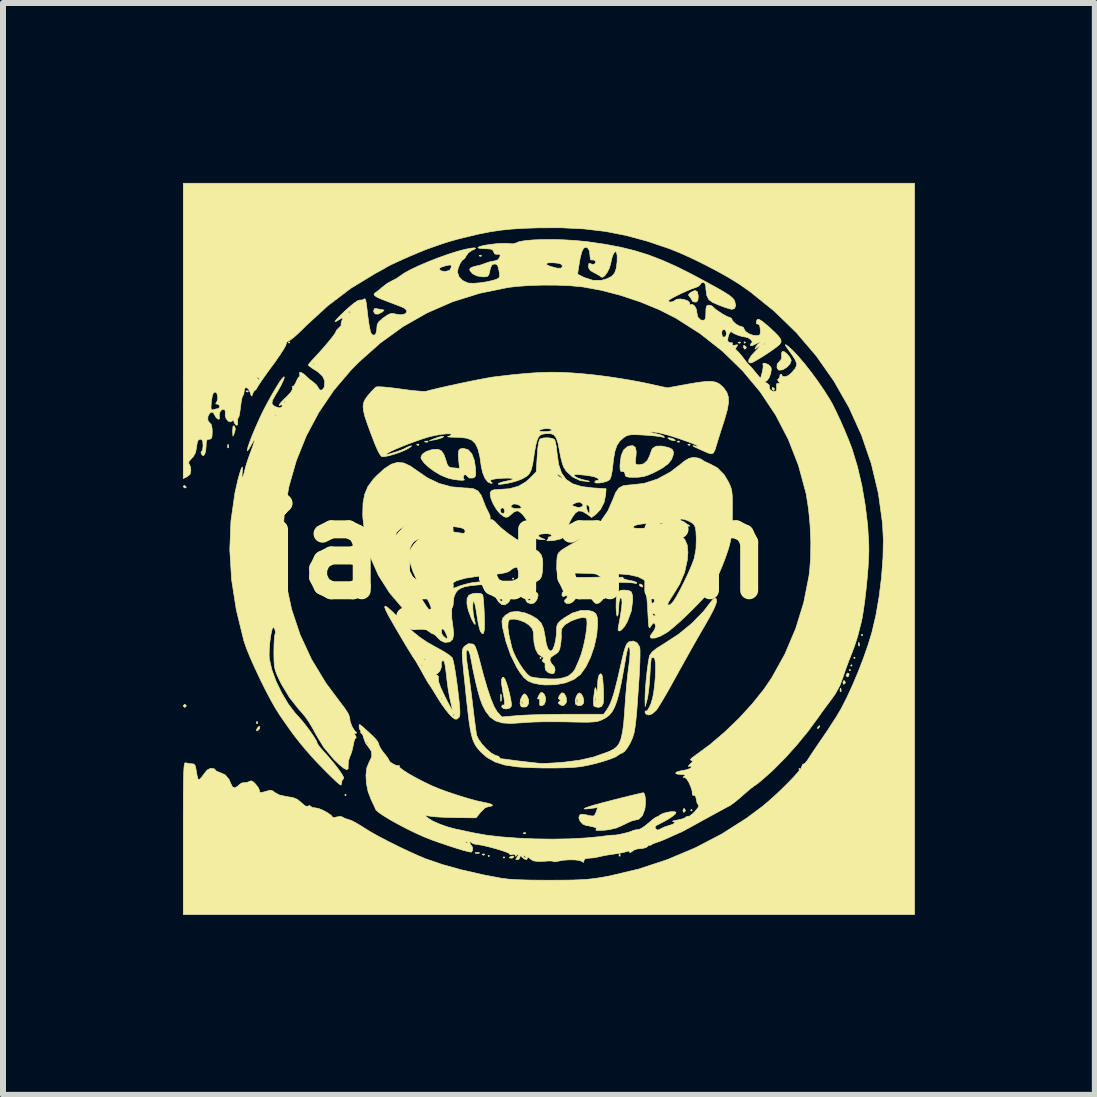
<source format=kicad_pcb>
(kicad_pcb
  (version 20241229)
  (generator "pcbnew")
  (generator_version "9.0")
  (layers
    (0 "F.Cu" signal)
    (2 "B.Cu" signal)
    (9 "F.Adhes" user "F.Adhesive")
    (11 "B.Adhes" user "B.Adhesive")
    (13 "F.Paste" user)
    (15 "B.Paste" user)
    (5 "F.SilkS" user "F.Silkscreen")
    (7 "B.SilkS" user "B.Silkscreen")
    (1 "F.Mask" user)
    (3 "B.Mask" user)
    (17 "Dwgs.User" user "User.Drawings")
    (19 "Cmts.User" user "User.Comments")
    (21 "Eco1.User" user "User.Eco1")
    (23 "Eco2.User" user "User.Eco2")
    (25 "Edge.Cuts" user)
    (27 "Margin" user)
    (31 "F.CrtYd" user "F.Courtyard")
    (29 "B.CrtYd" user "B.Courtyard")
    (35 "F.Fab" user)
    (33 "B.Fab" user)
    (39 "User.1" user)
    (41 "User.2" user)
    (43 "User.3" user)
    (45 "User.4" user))
  (footprint "jaguarn "
    (layer "F.Cu")
    (at 6.101 6.101)
    (property "Reference" "jaguarn " (at 0 0 0) (layer "F.SilkS") (effects (font (size 1.524 1.524) (thickness 0.3))))
    (attr through_hole)
    (fp_poly (pts (xy -4.318 -3.442) (xy -4.331 -3.429) (xy -4.343 -3.442) (xy -4.331 -3.454) (xy -4.318 -3.442)) (stroke (width 0.01) (type solid)) (fill yes) (layer "F.SilkS"))
    (fp_poly (pts (xy -3.378 4.102) (xy -3.391 4.115) (xy -3.404 4.102) (xy -3.391 4.089) (xy -3.378 4.102)) (stroke (width 0.01) (type solid)) (fill yes) (layer "F.SilkS"))
    (fp_poly (pts (xy -0.991 5.118) (xy -1.003 5.131) (xy -1.016 5.118) (xy -1.003 5.105) (xy -0.991 5.118)) (stroke (width 0.01) (type solid)) (fill yes) (layer "F.SilkS"))
    (fp_poly (pts (xy -0.737 5.144) (xy -0.749 5.156) (xy -0.762 5.144) (xy -0.749 5.131) (xy -0.737 5.144)) (stroke (width 0.01) (type solid)) (fill yes) (layer "F.SilkS"))
    (fp_poly (pts (xy -0.584 0.495) (xy -0.597 0.508) (xy -0.61 0.495) (xy -0.597 0.483) (xy -0.584 0.495)) (stroke (width 0.01) (type solid)) (fill yes) (layer "F.SilkS"))
    (fp_poly (pts (xy -0.127 1.816) (xy -0.14 1.829) (xy -0.152 1.816) (xy -0.14 1.803) (xy -0.127 1.816)) (stroke (width 0.01) (type solid)) (fill yes) (layer "F.SilkS"))
    (fp_poly (pts (xy 2.388 4.356) (xy 2.375 4.369) (xy 2.362 4.356) (xy 2.375 4.343) (xy 2.388 4.356)) (stroke (width 0.01) (type solid)) (fill yes) (layer "F.SilkS"))
    (fp_poly (pts (xy 3.277 -3.442) (xy 3.264 -3.429) (xy 3.251 -3.442) (xy 3.264 -3.454) (xy 3.277 -3.442)) (stroke (width 0.01) (type solid)) (fill yes) (layer "F.SilkS"))
    (fp_poly (pts (xy 4.191 3.67) (xy 4.178 3.683) (xy 4.166 3.67) (xy 4.178 3.658) (xy 4.191 3.67)) (stroke (width 0.01) (type solid)) (fill yes) (layer "F.SilkS"))
    (fp_poly (pts (xy 5.029 2.019) (xy 5.016 2.032) (xy 5.004 2.019) (xy 5.016 2.007) (xy 5.029 2.019)) (stroke (width 0.01) (type solid)) (fill yes) (layer "F.SilkS"))
    (fp_poly (pts (xy 5.055 1.943) (xy 5.042 1.956) (xy 5.029 1.943) (xy 5.042 1.93) (xy 5.055 1.943)) (stroke (width 0.01) (type solid)) (fill yes) (layer "F.SilkS"))
    (fp_poly (pts (xy 5.105 1.816) (xy 5.093 1.829) (xy 5.08 1.816) (xy 5.093 1.803) (xy 5.105 1.816)) (stroke (width 0.01) (type solid)) (fill yes) (layer "F.SilkS"))
    (fp_poly (pts (xy 5.232 1.435) (xy 5.22 1.448) (xy 5.207 1.435) (xy 5.22 1.422) (xy 5.232 1.435)) (stroke (width 0.01) (type solid)) (fill yes) (layer "F.SilkS"))
    (fp_poly (pts (xy -5.342 -1.732) (xy -5.339 -1.692) (xy -5.344 -1.683) (xy -5.356 -1.691) (xy -5.357 -1.717) (xy -5.351 -1.744) (xy -5.342 -1.732)) (stroke (width 0.01) (type solid)) (fill yes) (layer "F.SilkS"))
    (fp_poly (pts (xy -5.012 -2.633) (xy -5.016 -2.618) (xy -5.029 -2.616) (xy -5.05 -2.625) (xy -5.046 -2.633) (xy -5.016 -2.636) (xy -5.012 -2.633)) (stroke (width 0.01) (type solid)) (fill yes) (layer "F.SilkS"))
    (fp_poly (pts (xy -4.86 2.879) (xy -4.857 2.909) (xy -4.86 2.913) (xy -4.875 2.909) (xy -4.877 2.896) (xy -4.868 2.875) (xy -4.86 2.879)) (stroke (width 0.01) (type solid)) (fill yes) (layer "F.SilkS"))
    (fp_poly (pts (xy -2.167 -1.744) (xy -2.171 -1.729) (xy -2.184 -1.727) (xy -2.205 -1.736) (xy -2.201 -1.744) (xy -2.171 -1.747) (xy -2.167 -1.744)) (stroke (width 0.01) (type solid)) (fill yes) (layer "F.SilkS"))
    (fp_poly (pts (xy -2.013 -1.793) (xy -2.021 -1.782) (xy -2.047 -1.78) (xy -2.074 -1.786) (xy -2.062 -1.795) (xy -2.022 -1.798) (xy -2.013 -1.793)) (stroke (width 0.01) (type solid)) (fill yes) (layer "F.SilkS"))
    (fp_poly (pts (xy -1.162 5.063) (xy -1.159 5.072) (xy -1.194 5.076) (xy -1.23 5.072) (xy -1.226 5.063) (xy -1.174 5.06) (xy -1.162 5.063)) (stroke (width 0.01) (type solid)) (fill yes) (layer "F.SilkS"))
    (fp_poly (pts (xy -1.126 -4.894) (xy -1.13 -4.879) (xy -1.143 -4.877) (xy -1.164 -4.886) (xy -1.16 -4.894) (xy -1.13 -4.897) (xy -1.126 -4.894)) (stroke (width 0.01) (type solid)) (fill yes) (layer "F.SilkS"))
    (fp_poly (pts (xy -1.075 5.088) (xy -1.079 5.104) (xy -1.092 5.105) (xy -1.113 5.096) (xy -1.109 5.088) (xy -1.079 5.085) (xy -1.075 5.088)) (stroke (width 0.01) (type solid)) (fill yes) (layer "F.SilkS"))
    (fp_poly (pts (xy -0.389 4.733) (xy -0.393 4.748) (xy -0.406 4.75) (xy -0.427 4.741) (xy -0.423 4.733) (xy -0.393 4.73) (xy -0.389 4.733)) (stroke (width 0.01) (type solid)) (fill yes) (layer "F.SilkS"))
    (fp_poly (pts (xy 1.185 5.088) (xy 1.188 5.119) (xy 1.185 5.122) (xy 1.17 5.119) (xy 1.168 5.105) (xy 1.178 5.084) (xy 1.185 5.088)) (stroke (width 0.01) (type solid)) (fill yes) (layer "F.SilkS"))
    (fp_poly (pts (xy 2.176 -1.795) (xy 2.172 -1.78) (xy 2.159 -1.778) (xy 2.138 -1.787) (xy 2.142 -1.795) (xy 2.172 -1.798) (xy 2.176 -1.795)) (stroke (width 0.01) (type solid)) (fill yes) (layer "F.SilkS"))
    (fp_poly (pts (xy 2.354 -1.744) (xy 2.35 -1.729) (xy 2.337 -1.727) (xy 2.316 -1.736) (xy 2.32 -1.744) (xy 2.35 -1.747) (xy 2.354 -1.744)) (stroke (width 0.01) (type solid)) (fill yes) (layer "F.SilkS"))
    (fp_poly (pts (xy 3.192 -3.446) (xy 3.188 -3.431) (xy 3.175 -3.429) (xy 3.154 -3.438) (xy 3.158 -3.446) (xy 3.188 -3.449) (xy 3.192 -3.446)) (stroke (width 0.01) (type solid)) (fill yes) (layer "F.SilkS"))
    (fp_poly (pts (xy 4.869 2.332) (xy 4.872 2.372) (xy 4.867 2.381) (xy 4.855 2.373) (xy 4.853 2.347) (xy 4.86 2.32) (xy 4.869 2.332)) (stroke (width 0.01) (type solid)) (fill yes) (layer "F.SilkS"))
    (fp_poly (pts (xy 5.174 1.57) (xy 5.177 1.61) (xy 5.172 1.619) (xy 5.16 1.611) (xy 5.158 1.585) (xy 5.164 1.558) (xy 5.174 1.57)) (stroke (width 0.01) (type solid)) (fill yes) (layer "F.SilkS"))
    (fp_poly (pts (xy 2.261 4.331) (xy 2.276 4.361) (xy 2.272 4.371) (xy 2.248 4.393) (xy 2.236 4.367) (xy 2.235 4.355) (xy 2.248 4.328) (xy 2.261 4.331)) (stroke (width 0.01) (type solid)) (fill yes) (layer "F.SilkS"))
    (fp_poly (pts (xy 3.265 -3.387) (xy 3.29 -3.363) (xy 3.288 -3.35) (xy 3.266 -3.329) (xy 3.247 -3.354) (xy 3.243 -3.364) (xy 3.244 -3.39) (xy 3.265 -3.387)) (stroke (width 0.01) (type solid)) (fill yes) (layer "F.SilkS"))
    (fp_poly (pts (xy 4.928 2.197) (xy 4.943 2.228) (xy 4.939 2.237) (xy 4.915 2.259) (xy 4.903 2.234) (xy 4.902 2.221) (xy 4.915 2.195) (xy 4.928 2.197)) (stroke (width 0.01) (type solid)) (fill yes) (layer "F.SilkS"))
    (fp_poly (pts (xy -6.071 -1.054) (xy -6.046 -1.031) (xy -6.045 -1.027) (xy -6.065 -1.016) (xy -6.071 -1.016) (xy -6.095 -1.036) (xy -6.096 -1.043) (xy -6.08 -1.058) (xy -6.071 -1.054)) (stroke (width 0.01) (type solid)) (fill yes) (layer "F.SilkS"))
    (fp_poly (pts (xy -6.046 2.61) (xy -6.045 2.616) (xy -6.065 2.641) (xy -6.071 2.642) (xy -6.095 2.622) (xy -6.096 2.616) (xy -6.077 2.592) (xy -6.071 2.591) (xy -6.046 2.61)) (stroke (width 0.01) (type solid)) (fill yes) (layer "F.SilkS"))
    (fp_poly (pts (xy -4.819 2.963) (xy -4.824 2.996) (xy -4.841 3.017) (xy -4.87 3.035) (xy -4.876 3.03) (xy -4.864 2.991) (xy -4.84 2.963) (xy -4.82 2.962) (xy -4.819 2.963)) (stroke (width 0.01) (type solid)) (fill yes) (layer "F.SilkS"))
    (fp_poly (pts (xy -0.795 2.432) (xy -0.791 2.499) (xy -0.795 2.534) (xy -0.802 2.54) (xy -0.806 2.503) (xy -0.806 2.477) (xy -0.804 2.427) (xy -0.798 2.42) (xy -0.795 2.432)) (stroke (width 0.01) (type solid)) (fill yes) (layer "F.SilkS"))
    (fp_poly (pts (xy -0.584 5.132) (xy -0.605 5.153) (xy -0.622 5.156) (xy -0.656 5.151) (xy -0.66 5.146) (xy -0.641 5.13) (xy -0.622 5.122) (xy -0.59 5.121) (xy -0.584 5.132)) (stroke (width 0.01) (type solid)) (fill yes) (layer "F.SilkS"))
    (fp_poly (pts (xy 1.557 0.603) (xy 1.562 0.61) (xy 1.561 0.633) (xy 1.552 0.635) (xy 1.516 0.616) (xy 1.511 0.61) (xy 1.512 0.586) (xy 1.521 0.584) (xy 1.557 0.603)) (stroke (width 0.01) (type solid)) (fill yes) (layer "F.SilkS"))
    (fp_poly (pts (xy 3.758 -2.674) (xy 3.759 -2.667) (xy 3.751 -2.642) (xy 3.748 -2.642) (xy 3.726 -2.659) (xy 3.721 -2.667) (xy 3.723 -2.69) (xy 3.732 -2.692) (xy 3.758 -2.674)) (stroke (width 0.01) (type solid)) (fill yes) (layer "F.SilkS"))
    (fp_poly (pts (xy 4.513 2.963) (xy 4.508 2.972) (xy 4.485 2.996) (xy 4.48 2.997) (xy 4.478 2.981) (xy 4.483 2.972) (xy 4.507 2.948) (xy 4.511 2.946) (xy 4.513 2.963)) (stroke (width 0.01) (type solid)) (fill yes) (layer "F.SilkS"))
    (fp_poly (pts (xy 5 2.076) (xy 5.004 2.094) (xy 4.991 2.129) (xy 4.978 2.134) (xy 4.954 2.115) (xy 4.953 2.11) (xy 4.971 2.075) (xy 4.978 2.07) (xy 5 2.076)) (stroke (width 0.01) (type solid)) (fill yes) (layer "F.SilkS"))
    (fp_poly (pts (xy -5.243 -2.047) (xy -5.227 -2.003) (xy -5.238 -1.95) (xy -5.257 -1.9) (xy -5.267 -1.88) (xy -5.27 -1.902) (xy -5.272 -1.958) (xy -5.272 -1.977) (xy -5.268 -2.038) (xy -5.254 -2.054) (xy -5.243 -2.047)) (stroke (width 0.01) (type solid)) (fill yes) (layer "F.SilkS"))
    (fp_poly (pts (xy -1.755 -1.872) (xy -1.771 -1.859) (xy -1.815 -1.842) (xy -1.876 -1.825) (xy -1.905 -1.819) (xy -1.994 -1.804) (xy -1.905 -1.84) (xy -1.836 -1.864) (xy -1.783 -1.876) (xy -1.778 -1.877) (xy -1.755 -1.872)) (stroke (width 0.01) (type solid)) (fill yes) (layer "F.SilkS"))
    (fp_poly (pts (xy 2.061 -1.84) (xy 2.083 -1.829) (xy 2.108 -1.809) (xy 2.089 -1.804) (xy 2.083 -1.804) (xy 2.028 -1.817) (xy 2.007 -1.829) (xy 1.981 -1.849) (xy 2 -1.853) (xy 2.007 -1.853) (xy 2.061 -1.84)) (stroke (width 0.01) (type solid)) (fill yes) (layer "F.SilkS"))
    (fp_poly (pts (xy -2.864 -4.004) (xy -2.801 -3.991) (xy -2.769 -3.987) (xy -2.749 -3.98) (xy -2.771 -3.955) (xy -2.78 -3.949) (xy -2.845 -3.915) (xy -2.895 -3.917) (xy -2.92 -3.953) (xy -2.921 -3.965) (xy -2.912 -4.004) (xy -2.875 -4.006) (xy -2.864 -4.004)) (stroke (width 0.01) (type solid)) (fill yes) (layer "F.SilkS"))
    (fp_poly (pts (xy 2.472 -4.291) (xy 2.488 -4.23) (xy 2.489 -4.202) (xy 2.483 -4.142) (xy 2.46 -4.117) (xy 2.438 -4.115) (xy 2.397 -4.125) (xy 2.388 -4.138) (xy 2.371 -4.174) (xy 2.349 -4.201) (xy 2.326 -4.231) (xy 2.34 -4.257) (xy 2.373 -4.281) (xy 2.435 -4.308) (xy 2.472 -4.291)) (stroke (width 0.01) (type solid)) (fill yes) (layer "F.SilkS"))
    (fp_poly (pts (xy -0.077 2.424) (xy -0.056 2.478) (xy -0.058 2.541) (xy -0.08 2.593) (xy -0.108 2.611) (xy -0.147 2.609) (xy -0.155 2.599) (xy -0.155 2.558) (xy -0.153 2.531) (xy -0.16 2.499) (xy -0.176 2.501) (xy -0.19 2.498) (xy -0.175 2.454) (xy -0.174 2.453) (xy -0.142 2.4) (xy -0.111 2.393) (xy -0.077 2.424)) (stroke (width 0.01) (type solid)) (fill yes) (layer "F.SilkS"))
    (fp_poly (pts (xy 0.25 2.406) (xy 0.283 2.461) (xy 0.287 2.473) (xy 0.295 2.545) (xy 0.279 2.579) (xy 0.242 2.612) (xy 0.203 2.606) (xy 0.178 2.59) (xy 0.153 2.566) (xy 0.174 2.543) (xy 0.195 2.522) (xy 0.177 2.51) (xy 0.158 2.492) (xy 0.171 2.452) (xy 0.176 2.442) (xy 0.213 2.399) (xy 0.25 2.406)) (stroke (width 0.01) (type solid)) (fill yes) (layer "F.SilkS"))
    (fp_poly (pts (xy 3.925 -3.287) (xy 3.968 -3.252) (xy 4.01 -3.203) (xy 4.036 -3.155) (xy 4.039 -3.138) (xy 4.017 -3.082) (xy 3.965 -3.027) (xy 3.899 -2.988) (xy 3.883 -2.984) (xy 3.832 -2.98) (xy 3.807 -3.009) (xy 3.802 -3.025) (xy 3.806 -3.084) (xy 3.839 -3.119) (xy 3.879 -3.171) (xy 3.879 -3.217) (xy 3.88 -3.27) (xy 3.894 -3.294) (xy 3.925 -3.287)) (stroke (width 0.01) (type solid)) (fill yes) (layer "F.SilkS"))
    (fp_poly (pts (xy 0.359 0.686) (xy 0.419 0.71) (xy 0.454 0.753) (xy 0.457 0.773) (xy 0.44 0.835) (xy 0.397 0.883) (xy 0.343 0.91) (xy 0.291 0.908) (xy 0.264 0.884) (xy 0.263 0.852) (xy 0.275 0.844) (xy 0.302 0.813) (xy 0.305 0.795) (xy 0.297 0.77) (xy 0.27 0.785) (xy 0.236 0.795) (xy 0.217 0.772) (xy 0.222 0.734) (xy 0.236 0.714) (xy 0.292 0.685) (xy 0.359 0.686)) (stroke (width 0.01) (type solid)) (fill yes) (layer "F.SilkS"))
    (fp_poly (pts (xy -0.391 2.422) (xy -0.367 2.451) (xy -0.338 2.515) (xy -0.339 2.579) (xy -0.367 2.625) (xy -0.395 2.636) (xy -0.445 2.635) (xy -0.465 2.626) (xy -0.482 2.578) (xy -0.48 2.565) (xy -0.457 2.565) (xy -0.448 2.586) (xy -0.44 2.582) (xy -0.437 2.552) (xy -0.44 2.548) (xy -0.455 2.552) (xy -0.457 2.565) (xy -0.48 2.565) (xy -0.474 2.511) (xy -0.445 2.45) (xy -0.414 2.416) (xy -0.391 2.422)) (stroke (width 0.01) (type solid)) (fill yes) (layer "F.SilkS"))
    (fp_poly (pts (xy 0.543 2.422) (xy 0.57 2.474) (xy 0.582 2.536) (xy 0.576 2.575) (xy 0.542 2.608) (xy 0.491 2.614) (xy 0.449 2.592) (xy 0.441 2.579) (xy 0.438 2.526) (xy 0.438 2.525) (xy 0.459 2.525) (xy 0.464 2.558) (xy 0.473 2.559) (xy 0.479 2.525) (xy 0.475 2.51) (xy 0.463 2.5) (xy 0.459 2.525) (xy 0.438 2.525) (xy 0.454 2.465) (xy 0.482 2.416) (xy 0.51 2.4) (xy 0.543 2.422)) (stroke (width 0.01) (type solid)) (fill yes) (layer "F.SilkS"))
    (fp_poly (pts (xy -0.754 2.141) (xy -0.734 2.169) (xy -0.708 2.233) (xy -0.681 2.32) (xy -0.656 2.417) (xy -0.636 2.509) (xy -0.625 2.583) (xy -0.626 2.623) (xy -0.655 2.654) (xy -0.704 2.668) (xy -0.755 2.663) (xy -0.785 2.639) (xy -0.787 2.627) (xy -0.775 2.601) (xy -0.762 2.603) (xy -0.743 2.602) (xy -0.739 2.564) (xy -0.749 2.484) (xy -0.769 2.375) (xy -0.789 2.253) (xy -0.79 2.174) (xy -0.771 2.14) (xy -0.754 2.141)) (stroke (width 0.01) (type solid)) (fill yes) (layer "F.SilkS"))
    (fp_poly (pts (xy -0.707 0.715) (xy -0.657 0.743) (xy -0.638 0.797) (xy -0.653 0.86) (xy -0.675 0.891) (xy -0.73 0.933) (xy -0.784 0.928) (xy -0.837 0.884) (xy -0.881 0.816) (xy -0.881 0.814) (xy -0.822 0.814) (xy -0.821 0.853) (xy -0.798 0.877) (xy -0.781 0.868) (xy -0.769 0.828) (xy -0.774 0.815) (xy -0.801 0.796) (xy -0.822 0.814) (xy -0.881 0.814) (xy -0.879 0.76) (xy -0.835 0.724) (xy -0.754 0.712) (xy -0.707 0.715)) (stroke (width 0.01) (type solid)) (fill yes) (layer "F.SilkS"))
    (fp_poly (pts (xy -0.252 0.708) (xy -0.233 0.715) (xy -0.191 0.737) (xy -0.18 0.773) (xy -0.197 0.835) (xy -0.203 0.849) (xy -0.243 0.9) (xy -0.301 0.915) (xy -0.357 0.894) (xy -0.38 0.865) (xy -0.392 0.826) (xy -0.356 0.826) (xy -0.342 0.859) (xy -0.33 0.864) (xy -0.308 0.843) (xy -0.305 0.826) (xy -0.319 0.792) (xy -0.33 0.787) (xy -0.353 0.808) (xy -0.356 0.826) (xy -0.392 0.826) (xy -0.404 0.786) (xy -0.386 0.729) (xy -0.333 0.701) (xy -0.252 0.708)) (stroke (width 0.01) (type solid)) (fill yes) (layer "F.SilkS"))
    (fp_poly (pts (xy 0.849 0.685) (xy 0.904 0.704) (xy 0.922 0.74) (xy 0.922 0.773) (xy 0.897 0.844) (xy 0.845 0.897) (xy 0.793 0.914) (xy 0.76 0.894) (xy 0.72 0.845) (xy 0.711 0.832) (xy 0.686 0.788) (xy 0.717 0.788) (xy 0.726 0.816) (xy 0.745 0.835) (xy 0.757 0.816) (xy 0.757 0.777) (xy 0.752 0.769) (xy 0.728 0.763) (xy 0.717 0.788) (xy 0.686 0.788) (xy 0.678 0.773) (xy 0.661 0.734) (xy 0.66 0.729) (xy 0.683 0.703) (xy 0.738 0.685) (xy 0.808 0.68) (xy 0.849 0.685)) (stroke (width 0.01) (type solid)) (fill yes) (layer "F.SilkS"))
    (fp_poly (pts (xy 1.329 0.692) (xy 1.374 0.717) (xy 1.393 0.773) (xy 1.397 0.85) (xy 1.374 1.033) (xy 1.31 1.208) (xy 1.263 1.289) (xy 1.214 1.347) (xy 1.175 1.37) (xy 1.153 1.357) (xy 1.155 1.314) (xy 1.176 1.206) (xy 1.196 1.09) (xy 1.211 0.984) (xy 1.219 0.903) (xy 1.219 0.884) (xy 1.213 0.827) (xy 1.198 0.812) (xy 1.182 0.835) (xy 1.169 0.889) (xy 1.166 0.933) (xy 1.16 1.04) (xy 1.151 1.104) (xy 1.139 1.123) (xy 1.129 1.096) (xy 1.122 1.021) (xy 1.12 0.964) (xy 1.122 0.84) (xy 1.133 0.759) (xy 1.157 0.712) (xy 1.198 0.69) (xy 1.248 0.686) (xy 1.329 0.692)) (stroke (width 0.01) (type solid)) (fill yes) (layer "F.SilkS"))
    (fp_poly (pts (xy 0.88 2.091) (xy 0.89 2.124) (xy 0.899 2.194) (xy 0.906 2.285) (xy 0.91 2.385) (xy 0.911 2.477) (xy 0.909 2.549) (xy 0.905 2.575) (xy 0.877 2.628) (xy 0.827 2.642) (xy 0.773 2.632) (xy 0.748 2.615) (xy 0.743 2.577) (xy 0.744 2.515) (xy 0.768 2.515) (xy 0.771 2.561) (xy 0.777 2.566) (xy 0.78 2.559) (xy 0.783 2.495) (xy 0.78 2.47) (xy 0.772 2.462) (xy 0.768 2.497) (xy 0.768 2.515) (xy 0.744 2.515) (xy 0.744 2.506) (xy 0.752 2.431) (xy 0.763 2.349) (xy 0.772 2.313) (xy 0.78 2.317) (xy 0.789 2.349) (xy 0.799 2.38) (xy 0.805 2.368) (xy 0.809 2.31) (xy 0.81 2.268) (xy 0.818 2.169) (xy 0.835 2.105) (xy 0.861 2.081) (xy 0.88 2.091)) (stroke (width 0.01) (type solid)) (fill yes) (layer "F.SilkS"))
    (fp_poly (pts (xy -1.142 0.742) (xy -1.105 0.762) (xy -1.098 0.796) (xy -1.09 0.869) (xy -1.083 0.972) (xy -1.077 1.089) (xy -1.073 1.244) (xy -1.077 1.349) (xy -1.09 1.406) (xy -1.111 1.415) (xy -1.141 1.376) (xy -1.143 1.372) (xy -1.159 1.323) (xy -1.178 1.24) (xy -1.195 1.138) (xy -1.199 1.111) (xy -1.215 1.012) (xy -1.231 0.931) (xy -1.246 0.884) (xy -1.249 0.878) (xy -1.262 0.882) (xy -1.268 0.924) (xy -1.269 0.989) (xy -1.263 1.065) (xy -1.252 1.137) (xy -1.245 1.167) (xy -1.229 1.236) (xy -1.231 1.26) (xy -1.251 1.239) (xy -1.286 1.174) (xy -1.296 1.151) (xy -1.344 1.024) (xy -1.367 0.913) (xy -1.364 0.825) (xy -1.334 0.772) (xy -1.332 0.771) (xy -1.277 0.747) (xy -1.206 0.738) (xy -1.142 0.742)) (stroke (width 0.01) (type solid)) (fill yes) (layer "F.SilkS"))
    (fp_poly (pts (xy 1.44 -1.693) (xy 1.456 -1.622) (xy 1.45 -1.535) (xy 1.441 -1.46) (xy 1.445 -1.421) (xy 1.466 -1.406) (xy 1.503 -1.402) (xy 1.58 -1.419) (xy 1.644 -1.478) (xy 1.686 -1.569) (xy 1.692 -1.593) (xy 1.724 -1.672) (xy 1.786 -1.713) (xy 1.881 -1.715) (xy 1.899 -1.712) (xy 1.998 -1.689) (xy 2.054 -1.661) (xy 2.076 -1.62) (xy 2.072 -1.567) (xy 2.043 -1.489) (xy 1.986 -1.418) (xy 1.892 -1.349) (xy 1.769 -1.282) (xy 1.662 -1.233) (xy 1.575 -1.206) (xy 1.486 -1.195) (xy 1.432 -1.194) (xy 1.344 -1.195) (xy 1.295 -1.203) (xy 1.274 -1.219) (xy 1.27 -1.246) (xy 1.255 -1.286) (xy 1.226 -1.29) (xy 1.2 -1.293) (xy 1.188 -1.319) (xy 1.185 -1.379) (xy 1.187 -1.418) (xy 1.205 -1.556) (xy 1.246 -1.651) (xy 1.312 -1.706) (xy 1.328 -1.713) (xy 1.398 -1.723) (xy 1.44 -1.693)) (stroke (width 0.01) (type solid)) (fill yes) (layer "F.SilkS"))
    (fp_poly (pts (xy -1.345 -1.653) (xy -1.284 -1.584) (xy -1.243 -1.474) (xy -1.226 -1.36) (xy -1.22 -1.272) (xy -1.223 -1.221) (xy -1.238 -1.196) (xy -1.268 -1.182) (xy -1.269 -1.182) (xy -1.328 -1.182) (xy -1.36 -1.211) (xy -1.391 -1.241) (xy -1.413 -1.231) (xy -1.421 -1.22) (xy -1.429 -1.179) (xy -1.415 -1.163) (xy -1.409 -1.15) (xy -1.441 -1.144) (xy -1.5 -1.147) (xy -1.572 -1.156) (xy -1.647 -1.171) (xy -1.702 -1.187) (xy -1.809 -1.233) (xy -1.915 -1.296) (xy -2.01 -1.367) (xy -2.084 -1.437) (xy -2.127 -1.5) (xy -2.134 -1.528) (xy -2.11 -1.58) (xy -2.045 -1.624) (xy -1.95 -1.655) (xy -1.926 -1.659) (xy -1.846 -1.661) (xy -1.79 -1.633) (xy -1.748 -1.569) (xy -1.72 -1.486) (xy -1.696 -1.411) (xy -1.672 -1.372) (xy -1.633 -1.356) (xy -1.588 -1.351) (xy -1.491 -1.343) (xy -1.504 -1.478) (xy -1.511 -1.578) (xy -1.504 -1.638) (xy -1.48 -1.667) (xy -1.434 -1.676) (xy -1.422 -1.676) (xy -1.345 -1.653)) (stroke (width 0.01) (type solid)) (fill yes) (layer "F.SilkS"))
    (fp_poly (pts (xy 1.594 4.087) (xy 1.606 4.145) (xy 1.61 4.223) (xy 1.604 4.306) (xy 1.597 4.345) (xy 1.558 4.448) (xy 1.496 4.507) (xy 1.435 4.521) (xy 1.386 4.533) (xy 1.312 4.565) (xy 1.246 4.598) (xy 1.128 4.651) (xy 1.001 4.681) (xy 0.929 4.689) (xy 0.831 4.694) (xy 0.784 4.69) (xy 0.784 4.678) (xy 0.797 4.659) (xy 0.767 4.642) (xy 0.734 4.633) (xy 0.667 4.618) (xy 0.62 4.611) (xy 0.618 4.61) (xy 0.566 4.589) (xy 0.521 4.541) (xy 0.5 4.486) (xy 0.501 4.469) (xy 0.515 4.436) (xy 0.541 4.423) (xy 0.594 4.427) (xy 0.665 4.443) (xy 0.728 4.454) (xy 0.76 4.443) (xy 0.781 4.4) (xy 0.786 4.388) (xy 0.813 4.311) (xy 0.693 4.328) (xy 0.616 4.336) (xy 0.587 4.333) (xy 0.604 4.32) (xy 0.663 4.298) (xy 0.764 4.267) (xy 0.904 4.229) (xy 1.081 4.183) (xy 1.09 4.181) (xy 1.237 4.144) (xy 1.367 4.112) (xy 1.472 4.087) (xy 1.544 4.07) (xy 1.575 4.064) (xy 1.575 4.064) (xy 1.594 4.087)) (stroke (width 0.01) (type solid)) (fill yes) (layer "F.SilkS"))
    (fp_poly (pts (xy 2.791 0.834) (xy 2.794 0.865) (xy 2.789 0.902) (xy 2.771 0.953) (xy 2.738 1.025) (xy 2.687 1.122) (xy 2.614 1.251) (xy 2.518 1.417) (xy 2.515 1.422) (xy 2.446 1.542) (xy 2.361 1.693) (xy 2.267 1.861) (xy 2.172 2.031) (xy 2.098 2.165) (xy 2.019 2.308) (xy 1.944 2.44) (xy 1.877 2.553) (xy 1.824 2.639) (xy 1.79 2.689) (xy 1.787 2.692) (xy 1.722 2.749) (xy 1.661 2.769) (xy 1.617 2.752) (xy 1.601 2.721) (xy 1.608 2.701) (xy 1.624 2.704) (xy 1.644 2.69) (xy 1.674 2.639) (xy 1.704 2.572) (xy 1.728 2.49) (xy 1.748 2.383) (xy 1.763 2.261) (xy 1.774 2.135) (xy 1.778 2.017) (xy 1.777 1.917) (xy 1.768 1.846) (xy 1.753 1.816) (xy 1.718 1.808) (xy 1.71 1.812) (xy 1.704 1.841) (xy 1.696 1.911) (xy 1.689 2.009) (xy 1.684 2.106) (xy 1.675 2.236) (xy 1.663 2.359) (xy 1.648 2.461) (xy 1.638 2.508) (xy 1.605 2.629) (xy 1.602 2.515) (xy 1.604 2.423) (xy 1.611 2.305) (xy 1.622 2.174) (xy 1.636 2.042) (xy 1.652 1.923) (xy 1.667 1.828) (xy 1.681 1.772) (xy 1.721 1.717) (xy 1.803 1.652) (xy 1.903 1.59) (xy 2.16 1.423) (xy 2.389 1.236) (xy 2.581 1.037) (xy 2.67 0.921) (xy 2.73 0.845) (xy 2.77 0.816) (xy 2.791 0.834)) (stroke (width 0.01) (type solid)) (fill yes) (layer "F.SilkS"))
    (fp_poly (pts (xy -2.686 0.978) (xy -2.615 1.041) (xy -2.512 1.143) (xy -2.496 1.159) (xy -2.363 1.292) (xy -2.249 1.396) (xy -2.143 1.48) (xy -2.031 1.555) (xy -1.899 1.63) (xy -1.832 1.666) (xy -1.741 1.718) (xy -1.665 1.768) (xy -1.618 1.808) (xy -1.612 1.815) (xy -1.598 1.856) (xy -1.58 1.939) (xy -1.56 2.054) (xy -1.54 2.191) (xy -1.523 2.318) (xy -1.503 2.486) (xy -1.49 2.611) (xy -1.484 2.7) (xy -1.484 2.758) (xy -1.491 2.793) (xy -1.499 2.807) (xy -1.532 2.837) (xy -1.567 2.837) (xy -1.613 2.804) (xy -1.647 2.769) (xy -1.6 2.769) (xy -1.591 2.79) (xy -1.583 2.786) (xy -1.58 2.755) (xy -1.583 2.752) (xy -1.598 2.755) (xy -1.6 2.769) (xy -1.647 2.769) (xy -1.665 2.75) (xy -1.722 2.68) (xy -1.79 2.585) (xy -1.843 2.502) (xy -1.803 2.502) (xy -1.791 2.515) (xy -1.778 2.502) (xy -1.791 2.489) (xy -1.803 2.502) (xy -1.843 2.502) (xy -1.854 2.484) (xy -1.859 2.477) (xy -1.913 2.388) (xy -1.959 2.314) (xy -1.991 2.266) (xy -1.995 2.261) (xy -2.021 2.221) (xy -2.062 2.15) (xy -2.095 2.09) (xy -1.9 2.09) (xy -1.874 2.1) (xy -1.872 2.101) (xy -1.84 2.125) (xy -1.843 2.163) (xy -1.838 2.216) (xy -1.805 2.31) (xy -1.743 2.443) (xy -1.738 2.453) (xy -1.688 2.551) (xy -1.647 2.628) (xy -1.62 2.675) (xy -1.611 2.686) (xy -1.613 2.66) (xy -1.626 2.6) (xy -1.641 2.54) (xy -1.66 2.449) (xy -1.681 2.33) (xy -1.698 2.202) (xy -1.703 2.159) (xy -1.718 2.027) (xy -1.731 1.939) (xy -1.742 1.888) (xy -1.756 1.865) (xy -1.772 1.864) (xy -1.78 1.868) (xy -1.796 1.903) (xy -1.793 1.921) (xy -1.793 1.974) (xy -1.817 2.034) (xy -1.855 2.077) (xy -1.877 2.086) (xy -1.9 2.09) (xy -2.095 2.09) (xy -2.111 2.062) (xy -2.12 2.045) (xy -2.17 1.955) (xy -2.177 1.943) (xy -2.134 1.943) (xy -2.121 1.956) (xy -2.108 1.943) (xy -2.121 1.93) (xy -2.134 1.943) (xy -2.177 1.943) (xy -2.214 1.88) (xy -2.238 1.841) (xy -2.083 1.841) (xy -2.07 1.854) (xy -2.057 1.841) (xy -2.07 1.829) (xy -2.083 1.841) (xy -2.238 1.841) (xy -2.244 1.833) (xy -2.247 1.829) (xy -2.272 1.792) (xy -2.317 1.72) (xy -2.376 1.624) (xy -2.443 1.511) (xy -2.513 1.392) (xy -2.58 1.277) (xy -2.639 1.174) (xy -2.676 1.108) (xy -2.721 1.019) (xy -2.739 0.967) (xy -2.727 0.953) (xy -2.686 0.978)) (stroke (width 0.01) (type solid)) (fill yes) (layer "F.SilkS"))
    (fp_poly (pts (xy 0.735 1.045) (xy 0.783 1.08) (xy 0.806 1.142) (xy 0.812 1.241) (xy 0.812 1.254) (xy 0.797 1.436) (xy 0.756 1.624) (xy 0.694 1.806) (xy 0.616 1.967) (xy 0.527 2.091) (xy 0.525 2.093) (xy 0.419 2.174) (xy 0.278 2.232) (xy 0.112 2.264) (xy -0.066 2.268) (xy -0.157 2.258) (xy -0.266 2.236) (xy -0.349 2.201) (xy -0.418 2.144) (xy -0.486 2.055) (xy -0.536 1.975) (xy -0.635 1.775) (xy -0.716 1.546) (xy -0.772 1.308) (xy -0.773 1.298) (xy -0.684 1.298) (xy -0.672 1.404) (xy -0.658 1.473) (xy -0.639 1.552) (xy -0.625 1.616) (xy -0.622 1.631) (xy -0.594 1.715) (xy -0.547 1.815) (xy -0.488 1.918) (xy -0.424 2.013) (xy -0.362 2.087) (xy -0.312 2.128) (xy -0.303 2.132) (xy -0.228 2.147) (xy -0.122 2.159) (xy -0.006 2.167) (xy 0.099 2.168) (xy 0.152 2.165) (xy 0.239 2.149) (xy 0.314 2.123) (xy 0.33 2.114) (xy 0.396 2.06) (xy 0.44 1.999) (xy 0.446 1.981) (xy 0.458 1.953) (xy 0.484 1.894) (xy 0.502 1.854) (xy 0.541 1.749) (xy 0.578 1.614) (xy 0.609 1.468) (xy 0.629 1.332) (xy 0.635 1.246) (xy 0.632 1.18) (xy 0.616 1.151) (xy 0.578 1.143) (xy 0.565 1.143) (xy 0.503 1.154) (xy 0.419 1.182) (xy 0.363 1.205) (xy 0.264 1.265) (xy 0.212 1.333) (xy 0.204 1.413) (xy 0.206 1.425) (xy 0.207 1.47) (xy 0.201 1.543) (xy 0.195 1.59) (xy 0.18 1.671) (xy 0.154 1.721) (xy 0.109 1.756) (xy 0.092 1.765) (xy 0.035 1.805) (xy 0.017 1.844) (xy 0.02 1.864) (xy 0.046 1.917) (xy 0.068 1.938) (xy 0.096 1.976) (xy 0.102 2.026) (xy 0.086 2.069) (xy 0.057 2.082) (xy -0.01 2.063) (xy -0.056 2.019) (xy -0.066 1.964) (xy -0.064 1.958) (xy -0.064 1.908) (xy -0.088 1.889) (xy -0.114 1.867) (xy -0.101 1.841) (xy -0.091 1.811) (xy -0.127 1.791) (xy -0.128 1.79) (xy -0.182 1.748) (xy -0.224 1.667) (xy -0.249 1.556) (xy -0.254 1.472) (xy -0.259 1.387) (xy -0.278 1.33) (xy -0.321 1.279) (xy -0.331 1.269) (xy -0.4 1.223) (xy -0.486 1.189) (xy -0.573 1.17) (xy -0.642 1.173) (xy -0.659 1.18) (xy -0.679 1.22) (xy -0.684 1.298) (xy -0.773 1.298) (xy -0.777 1.278) (xy -0.783 1.204) (xy -0.768 1.154) (xy -0.728 1.107) (xy -0.64 1.054) (xy -0.527 1.041) (xy -0.393 1.068) (xy -0.296 1.109) (xy -0.195 1.168) (xy -0.129 1.237) (xy -0.089 1.328) (xy -0.065 1.455) (xy -0.064 1.46) (xy -0.044 1.584) (xy -0.017 1.662) (xy 0.017 1.698) (xy 0.036 1.702) (xy 0.063 1.679) (xy 0.089 1.617) (xy 0.111 1.53) (xy 0.124 1.429) (xy 0.127 1.362) (xy 0.13 1.294) (xy 0.147 1.246) (xy 0.188 1.202) (xy 0.245 1.157) (xy 0.386 1.071) (xy 0.528 1.027) (xy 0.655 1.025) (xy 0.735 1.045)) (stroke (width 0.01) (type solid)) (fill yes) (layer "F.SilkS"))
    (fp_poly (pts (xy 0.051 -1.844) (xy 0.094 -1.824) (xy 0.095 -1.822) (xy 0.109 -1.783) (xy 0.123 -1.708) (xy 0.134 -1.612) (xy 0.136 -1.594) (xy 0.162 -1.408) (xy 0.211 -1.265) (xy 0.286 -1.159) (xy 0.395 -1.086) (xy 0.54 -1.041) (xy 0.724 -1.018) (xy 0.953 -1.003) (xy 0.946 -0.904) (xy 0.92 -0.776) (xy 0.861 -0.66) (xy 0.781 -0.575) (xy 0.711 -0.524) (xy 0.636 -0.579) (xy 0.559 -0.626) (xy 0.497 -0.634) (xy 0.443 -0.601) (xy 0.387 -0.523) (xy 0.361 -0.476) (xy 0.319 -0.388) (xy 0.29 -0.311) (xy 0.279 -0.261) (xy 0.261 -0.207) (xy 0.204 -0.169) (xy 0.103 -0.145) (xy 0.058 -0.139) (xy -0.005 -0.135) (xy -0.035 -0.137) (xy -0.032 -0.142) (xy -0.011 -0.169) (xy -0.014 -0.181) (xy -0.01 -0.198) (xy 0.001 -0.197) (xy 0.036 -0.21) (xy 0.043 -0.222) (xy 0.034 -0.243) (xy -0.018 -0.253) (xy -0.061 -0.254) (xy -0.139 -0.247) (xy -0.174 -0.229) (xy -0.165 -0.203) (xy -0.121 -0.179) (xy -0.064 -0.156) (xy -0.122 -0.154) (xy -0.204 -0.167) (xy -0.261 -0.216) (xy -0.299 -0.306) (xy -0.304 -0.326) (xy -0.337 -0.418) (xy -0.387 -0.507) (xy -0.444 -0.581) (xy -0.501 -0.626) (xy -0.531 -0.635) (xy -0.578 -0.618) (xy -0.631 -0.575) (xy -0.633 -0.573) (xy -0.68 -0.533) (xy -0.722 -0.528) (xy -0.751 -0.539) (xy -0.813 -0.586) (xy -0.847 -0.627) (xy -0.811 -0.627) (xy -0.796 -0.601) (xy -0.76 -0.585) (xy -0.739 -0.614) (xy -0.737 -0.635) (xy -0.752 -0.676) (xy -0.775 -0.686) (xy -0.807 -0.667) (xy -0.811 -0.627) (xy -0.847 -0.627) (xy -0.876 -0.662) (xy -0.91 -0.72) (xy -0.633 -0.72) (xy -0.626 -0.693) (xy -0.581 -0.674) (xy -0.546 -0.671) (xy -0.487 -0.675) (xy -0.458 -0.687) (xy -0.457 -0.689) (xy -0.479 -0.719) (xy -0.488 -0.724) (xy 0.39 -0.724) (xy 0.419 -0.71) (xy 0.487 -0.69) (xy 0.536 -0.698) (xy 0.554 -0.707) (xy 0.56 -0.716) (xy 0.62 -0.716) (xy 0.632 -0.662) (xy 0.639 -0.645) (xy 0.66 -0.597) (xy 0.671 -0.593) (xy 0.68 -0.63) (xy 0.68 -0.632) (xy 0.678 -0.689) (xy 0.663 -0.719) (xy 0.631 -0.737) (xy 0.62 -0.716) (xy 0.56 -0.716) (xy 0.572 -0.731) (xy 0.547 -0.761) (xy 0.547 -0.762) (xy 0.507 -0.782) (xy 0.457 -0.771) (xy 0.437 -0.763) (xy 0.392 -0.739) (xy 0.39 -0.724) (xy -0.488 -0.724) (xy -0.527 -0.743) (xy -0.58 -0.75) (xy -0.595 -0.746) (xy -0.633 -0.72) (xy -0.91 -0.72) (xy -0.93 -0.753) (xy -0.967 -0.844) (xy -0.98 -0.92) (xy -0.977 -0.943) (xy -0.956 -0.973) (xy -0.911 -0.987) (xy -0.838 -0.991) (xy -0.655 -1.004) (xy -0.507 -1.046) (xy -0.382 -1.12) (xy -0.328 -1.169) (xy -0.264 -1.232) (xy 0.141 -1.232) (xy 0.167 -1.207) (xy 0.214 -1.174) (xy 0.225 -1.176) (xy 0.203 -1.206) (xy 0.164 -1.239) (xy 0.144 -1.245) (xy 0.141 -1.232) (xy -0.264 -1.232) (xy -0.212 -1.285) (xy -0.195 -1.548) (xy -0.184 -1.688) (xy -0.169 -1.782) (xy -0.151 -1.829) (xy -0.147 -1.833) (xy -0.092 -1.85) (xy -0.019 -1.853) (xy 0.051 -1.844)) (stroke (width 0.01) (type solid)) (fill yes) (layer "F.SilkS"))
    (fp_poly (pts (xy 1.469 1.565) (xy 1.511 1.631) (xy 1.515 1.644) (xy 1.519 1.691) (xy 1.519 1.779) (xy 1.516 1.899) (xy 1.51 2.04) (xy 1.502 2.171) (xy 1.487 2.389) (xy 1.475 2.563) (xy 1.465 2.701) (xy 1.455 2.808) (xy 1.446 2.894) (xy 1.437 2.964) (xy 1.427 3.025) (xy 1.42 3.065) (xy 1.395 3.148) (xy 1.355 3.237) (xy 1.307 3.317) (xy 1.26 3.377) (xy 1.221 3.403) (xy 1.217 3.404) (xy 1.179 3.42) (xy 1.152 3.441) (xy 1.105 3.47) (xy 1.019 3.504) (xy 0.907 3.541) (xy 0.781 3.577) (xy 0.651 3.607) (xy 0.531 3.63) (xy 0.521 3.631) (xy 0.409 3.642) (xy 0.259 3.649) (xy 0.086 3.652) (xy -0.099 3.652) (xy -0.282 3.647) (xy -0.45 3.639) (xy -0.533 3.633) (xy -0.734 3.603) (xy -0.897 3.552) (xy -1.033 3.475) (xy -1.124 3.396) (xy -1.17 3.347) (xy -1.209 3.298) (xy -1.241 3.245) (xy -1.268 3.182) (xy -1.291 3.102) (xy -1.312 3) (xy -1.332 2.87) (xy -1.352 2.706) (xy -1.375 2.503) (xy -1.398 2.273) (xy -1.418 2.085) (xy -1.432 1.941) (xy -1.441 1.834) (xy -1.445 1.758) (xy -1.444 1.726) (xy -1.379 1.726) (xy -1.376 1.797) (xy -1.366 1.894) (xy -1.357 1.956) (xy -1.34 2.069) (xy -1.32 2.216) (xy -1.298 2.381) (xy -1.277 2.549) (xy -1.269 2.616) (xy -1.252 2.762) (xy -1.235 2.894) (xy -1.22 3.003) (xy -1.21 3.078) (xy -1.205 3.104) (xy -1.174 3.173) (xy -1.116 3.254) (xy -1.041 3.335) (xy -0.965 3.401) (xy -0.898 3.439) (xy -0.888 3.442) (xy -0.839 3.458) (xy -0.823 3.476) (xy -0.823 3.476) (xy -0.813 3.494) (xy -0.792 3.498) (xy -0.74 3.504) (xy -0.665 3.514) (xy -0.648 3.516) (xy -0.546 3.53) (xy -0.422 3.545) (xy -0.297 3.559) (xy -0.19 3.571) (xy -0.14 3.576) (xy -0.085 3.576) (xy 0.007 3.572) (xy 0.124 3.565) (xy 0.253 3.555) (xy 0.254 3.555) (xy 0.511 3.522) (xy 0.741 3.47) (xy 0.964 3.392) (xy 1.022 3.368) (xy 1.085 3.335) (xy 1.135 3.294) (xy 1.174 3.237) (xy 1.204 3.159) (xy 1.227 3.053) (xy 1.246 2.913) (xy 1.261 2.732) (xy 1.269 2.603) (xy 1.281 2.441) (xy 1.295 2.274) (xy 1.311 2.119) (xy 1.326 1.992) (xy 1.331 1.959) (xy 1.345 1.849) (xy 1.352 1.753) (xy 1.351 1.685) (xy 1.348 1.667) (xy 1.332 1.63) (xy 1.321 1.639) (xy 1.313 1.664) (xy 1.297 1.727) (xy 1.285 1.791) (xy 1.242 2.04) (xy 1.204 2.244) (xy 1.168 2.408) (xy 1.132 2.538) (xy 1.095 2.637) (xy 1.054 2.713) (xy 1.007 2.77) (xy 0.952 2.813) (xy 0.887 2.847) (xy 0.876 2.852) (xy 0.835 2.868) (xy 0.787 2.879) (xy 0.725 2.885) (xy 0.64 2.889) (xy 0.524 2.888) (xy 0.37 2.885) (xy 0.292 2.883) (xy 0.114 2.881) (xy -0.066 2.881) (xy -0.234 2.885) (xy -0.375 2.892) (xy -0.447 2.898) (xy -0.632 2.91) (xy -0.776 2.901) (xy -0.889 2.867) (xy -0.978 2.805) (xy -1.052 2.71) (xy -1.108 2.604) (xy -1.144 2.508) (xy -1.184 2.371) (xy -1.225 2.203) (xy -1.266 2.014) (xy -1.297 1.848) (xy -1.318 1.748) (xy -1.34 1.695) (xy -1.364 1.686) (xy -1.373 1.694) (xy -1.379 1.726) (xy -1.444 1.726) (xy -1.444 1.707) (xy -1.438 1.672) (xy -1.428 1.649) (xy -1.414 1.63) (xy -1.41 1.625) (xy -1.343 1.58) (xy -1.272 1.585) (xy -1.249 1.597) (xy -1.228 1.63) (xy -1.201 1.7) (xy -1.173 1.792) (xy -1.166 1.819) (xy -1.094 2.093) (xy -1.028 2.32) (xy -0.968 2.499) (xy -0.914 2.629) (xy -0.866 2.71) (xy -0.859 2.719) (xy -0.784 2.801) (xy -0.525 2.779) (xy -0.422 2.772) (xy -0.279 2.766) (xy -0.109 2.761) (xy 0.076 2.758) (xy 0.264 2.756) (xy 0.323 2.756) (xy 0.913 2.756) (xy 0.958 2.693) (xy 0.99 2.643) (xy 1.019 2.587) (xy 1.047 2.517) (xy 1.077 2.426) (xy 1.109 2.31) (xy 1.146 2.16) (xy 1.19 1.97) (xy 1.22 1.837) (xy 1.25 1.714) (xy 1.276 1.631) (xy 1.3 1.581) (xy 1.328 1.553) (xy 1.335 1.549) (xy 1.406 1.535) (xy 1.469 1.565)) (stroke (width 0.01) (type solid)) (fill yes) (layer "F.SilkS"))
    (fp_poly (pts (xy -2.421 -1.433) (xy -2.313 -1.383) (xy -2.228 -1.324) (xy -2.028 -1.186) (xy -1.832 -1.092) (xy -1.629 -1.036) (xy -1.405 -1.016) (xy -1.371 -1.016) (xy -1.261 -1.005) (xy -1.183 -0.966) (xy -1.128 -0.892) (xy -1.092 -0.8) (xy -1.058 -0.711) (xy -1.016 -0.625) (xy -1.011 -0.616) (xy -0.983 -0.556) (xy -0.978 -0.51) (xy -0.98 -0.505) (xy -0.984 -0.486) (xy -0.971 -0.491) (xy -0.939 -0.485) (xy -0.894 -0.448) (xy -0.883 -0.435) (xy -0.799 -0.352) (xy -0.685 -0.26) (xy -0.556 -0.17) (xy -0.427 -0.094) (xy -0.368 -0.065) (xy -0.251 -0.006) (xy -0.173 0.046) (xy -0.128 0.1) (xy -0.107 0.167) (xy -0.102 0.252) (xy -0.107 0.374) (xy -0.122 0.456) (xy -0.152 0.508) (xy -0.2 0.539) (xy -0.2 0.54) (xy -0.245 0.549) (xy -0.332 0.558) (xy -0.452 0.567) (xy -0.597 0.576) (xy -0.758 0.582) (xy -0.8 0.584) (xy -1.013 0.591) (xy -1.18 0.6) (xy -1.309 0.613) (xy -1.405 0.631) (xy -1.474 0.657) (xy -1.522 0.691) (xy -1.555 0.735) (xy -1.579 0.793) (xy -1.587 0.82) (xy -1.62 0.982) (xy -1.62 1.153) (xy -1.6 1.297) (xy -1.587 1.421) (xy -1.604 1.505) (xy -1.652 1.55) (xy -1.731 1.558) (xy -1.746 1.555) (xy -1.802 1.529) (xy -1.851 1.484) (xy -1.891 1.441) (xy -1.919 1.422) (xy -1.919 1.422) (xy -1.959 1.406) (xy -2.026 1.359) (xy -2.031 1.356) (xy -1.793 1.356) (xy -1.789 1.409) (xy -1.764 1.449) (xy -1.717 1.491) (xy -1.694 1.492) (xy -1.698 1.452) (xy -1.707 1.429) (xy -1.743 1.356) (xy -1.77 1.33) (xy -1.79 1.349) (xy -1.793 1.356) (xy -2.031 1.356) (xy -2.114 1.29) (xy -2.213 1.205) (xy -2.316 1.111) (xy -2.415 1.014) (xy -2.429 0.999) (xy -2.66 0.727) (xy -2.843 0.439) (xy -2.977 0.135) (xy -3.018 -0.017) (xy -2.464 -0.017) (xy -2.451 0.076) (xy -2.416 0.202) (xy -2.363 0.349) (xy -2.296 0.505) (xy -2.22 0.66) (xy -2.163 0.762) (xy -2.089 0.885) (xy -2.036 0.967) (xy -2 1.012) (xy -1.977 1.025) (xy -1.964 1.009) (xy -1.961 0.994) (xy -1.971 0.955) (xy -1.977 0.941) (xy -1.803 0.941) (xy -1.796 0.994) (xy -1.778 1.016) (xy -1.761 0.994) (xy -1.753 0.939) (xy -1.753 0.926) (xy -1.759 0.868) (xy -1.775 0.849) (xy -1.778 0.851) (xy -1.796 0.885) (xy -1.803 0.941) (xy -1.977 0.941) (xy -2.002 0.883) (xy -2.033 0.826) (xy -1.981 0.826) (xy -1.968 0.838) (xy -1.956 0.826) (xy -1.968 0.813) (xy -1.981 0.826) (xy -2.033 0.826) (xy -2.051 0.79) (xy -2.082 0.737) (xy -1.753 0.737) (xy -1.743 0.758) (xy -1.736 0.754) (xy -1.733 0.723) (xy -1.736 0.72) (xy -1.751 0.723) (xy -1.753 0.737) (xy -2.082 0.737) (xy -2.106 0.695) (xy -2.117 0.676) (xy -1.696 0.676) (xy -1.692 0.693) (xy -1.658 0.686) (xy -1.587 0.656) (xy -1.568 0.648) (xy -1.467 0.61) (xy -1.347 0.577) (xy -1.27 0.561) (xy -1.177 0.551) (xy -1.051 0.543) (xy -0.909 0.537) (xy -0.787 0.536) (xy -0.661 0.535) (xy -0.55 0.532) (xy -0.466 0.528) (xy -0.42 0.524) (xy -0.419 0.524) (xy -0.353 0.513) (xy -0.324 0.51) (xy -0.3 0.502) (xy -0.287 0.473) (xy -0.281 0.414) (xy -0.279 0.328) (xy -0.282 0.229) (xy -0.291 0.175) (xy -0.306 0.158) (xy -0.311 0.159) (xy -0.332 0.19) (xy -0.342 0.259) (xy -0.343 0.281) (xy -0.348 0.356) (xy -0.367 0.393) (xy -0.386 0.401) (xy -0.437 0.398) (xy -0.487 0.377) (xy -0.519 0.349) (xy -0.52 0.329) (xy -0.52 0.307) (xy -0.549 0.306) (xy -0.594 0.322) (xy -0.637 0.352) (xy -0.661 0.371) (xy -0.691 0.386) (xy -0.737 0.399) (xy -0.804 0.412) (xy -0.901 0.425) (xy -1.033 0.44) (xy -1.204 0.459) (xy -1.393 0.488) (xy -1.538 0.53) (xy -1.635 0.585) (xy -1.676 0.633) (xy -1.696 0.676) (xy -2.117 0.676) (xy -2.198 0.529) (xy -2.268 0.372) (xy -2.314 0.231) (xy -2.334 0.115) (xy -2.329 0.049) (xy -2.303 -0.004) (xy -2.253 -0.075) (xy -2.204 -0.131) (xy -2.1 -0.218) (xy -1.978 -0.274) (xy -1.832 -0.298) (xy -1.655 -0.293) (xy -1.467 -0.264) (xy -1.416 -0.26) (xy -1.398 -0.283) (xy -1.397 -0.299) (xy -1.412 -0.329) (xy -1.461 -0.352) (xy -1.547 -0.367) (xy -1.674 -0.377) (xy -1.847 -0.381) (xy -1.9 -0.381) (xy -2.096 -0.369) (xy -2.248 -0.334) (xy -2.358 -0.273) (xy -2.429 -0.185) (xy -2.461 -0.07) (xy -2.464 -0.017) (xy -3.018 -0.017) (xy -3.064 -0.186) (xy -3.07 -0.242) (xy -2.555 -0.242) (xy -2.548 -0.232) (xy -2.509 -0.248) (xy -2.446 -0.282) (xy -2.38 -0.32) (xy -2.333 -0.351) (xy -2.325 -0.358) (xy -2.281 -0.378) (xy -2.256 -0.381) (xy -2.217 -0.394) (xy -2.21 -0.408) (xy -2.229 -0.428) (xy -2.278 -0.425) (xy -2.346 -0.404) (xy -2.418 -0.37) (xy -2.484 -0.329) (xy -2.531 -0.284) (xy -2.536 -0.276) (xy -2.555 -0.242) (xy -3.07 -0.242) (xy -3.102 -0.523) (xy -3.104 -0.578) (xy -3.099 -0.763) (xy -3.071 -0.912) (xy -3.017 -1.04) (xy -2.931 -1.158) (xy -2.872 -1.22) (xy -2.742 -1.338) (xy -2.628 -1.412) (xy -2.524 -1.443) (xy -2.421 -1.433)) (stroke (width 0.01) (type solid)) (fill yes) (layer "F.SilkS"))
    (fp_poly (pts (xy 0.193 -2.944) (xy 0.386 -2.934) (xy 0.597 -2.917) (xy 0.787 -2.897) (xy 0.97 -2.874) (xy 1.171 -2.844) (xy 1.369 -2.811) (xy 1.545 -2.778) (xy 1.604 -2.766) (xy 1.975 -2.685) (xy 2.326 -2.749) (xy 2.493 -2.777) (xy 2.619 -2.792) (xy 2.714 -2.793) (xy 2.786 -2.779) (xy 2.844 -2.749) (xy 2.897 -2.702) (xy 2.919 -2.678) (xy 2.966 -2.61) (xy 2.991 -2.534) (xy 2.994 -2.441) (xy 2.975 -2.323) (xy 2.932 -2.171) (xy 2.911 -2.104) (xy 2.872 -1.984) (xy 2.836 -1.871) (xy 2.808 -1.78) (xy 2.796 -1.74) (xy 2.768 -1.648) (xy 2.741 -1.598) (xy 2.705 -1.585) (xy 2.648 -1.601) (xy 2.612 -1.617) (xy 2.503 -1.666) (xy 2.435 -1.697) (xy 2.403 -1.714) (xy 2.4 -1.72) (xy 2.422 -1.718) (xy 2.463 -1.712) (xy 2.464 -1.712) (xy 2.484 -1.713) (xy 2.46 -1.729) (xy 2.395 -1.758) (xy 2.337 -1.78) (xy 2.154 -1.845) (xy 1.989 -1.897) (xy 1.851 -1.932) (xy 1.747 -1.95) (xy 1.714 -1.951) (xy 1.685 -1.948) (xy 1.703 -1.939) (xy 1.765 -1.926) (xy 1.844 -1.907) (xy 1.901 -1.885) (xy 1.918 -1.874) (xy 1.925 -1.857) (xy 1.892 -1.865) (xy 1.846 -1.874) (xy 1.763 -1.884) (xy 1.656 -1.893) (xy 1.584 -1.898) (xy 1.465 -1.904) (xy 1.384 -1.904) (xy 1.329 -1.897) (xy 1.288 -1.882) (xy 1.248 -1.857) (xy 1.247 -1.856) (xy 1.18 -1.796) (xy 1.132 -1.722) (xy 1.099 -1.623) (xy 1.076 -1.488) (xy 1.069 -1.42) (xy 1.055 -1.303) (xy 1.037 -1.213) (xy 1.017 -1.16) (xy 1.013 -1.155) (xy 0.97 -1.129) (xy 0.906 -1.11) (xy 0.839 -1.099) (xy 0.785 -1.099) (xy 0.762 -1.113) (xy 0.762 -1.114) (xy 0.783 -1.139) (xy 0.806 -1.143) (xy 0.835 -1.148) (xy 0.821 -1.169) (xy 0.812 -1.178) (xy 0.769 -1.198) (xy 0.692 -1.216) (xy 0.596 -1.23) (xy 0.584 -1.231) (xy 0.489 -1.239) (xy 0.436 -1.239) (xy 0.418 -1.232) (xy 0.426 -1.216) (xy 0.432 -1.21) (xy 0.478 -1.183) (xy 0.554 -1.157) (xy 0.597 -1.147) (xy 0.656 -1.134) (xy 0.675 -1.124) (xy 0.66 -1.121) (xy 0.523 -1.139) (xy 0.395 -1.199) (xy 0.291 -1.294) (xy 0.247 -1.362) (xy 0.224 -1.423) (xy 0.2 -1.516) (xy 0.179 -1.62) (xy 0.178 -1.626) (xy 0.153 -1.758) (xy 0.124 -1.847) (xy 0.085 -1.9) (xy 0.03 -1.922) (xy -0.049 -1.921) (xy -0.091 -1.916) (xy -0.135 -1.903) (xy -0.169 -1.872) (xy -0.195 -1.817) (xy -0.219 -1.73) (xy -0.242 -1.604) (xy -0.252 -1.532) (xy -0.273 -1.404) (xy -0.296 -1.315) (xy -0.326 -1.255) (xy -0.371 -1.211) (xy -0.435 -1.174) (xy -0.462 -1.161) (xy -0.524 -1.137) (xy -0.601 -1.115) (xy -0.682 -1.096) (xy -0.757 -1.083) (xy -0.814 -1.076) (xy -0.845 -1.079) (xy -0.837 -1.093) (xy -0.835 -1.094) (xy -0.788 -1.112) (xy -0.718 -1.129) (xy -0.706 -1.131) (xy -0.629 -1.148) (xy -0.6 -1.164) (xy -0.617 -1.175) (xy -0.677 -1.181) (xy -0.764 -1.179) (xy -0.884 -1.169) (xy -0.955 -1.156) (xy -0.981 -1.139) (xy -0.964 -1.116) (xy -0.962 -1.115) (xy -0.942 -1.097) (xy -0.967 -1.093) (xy -1.018 -1.116) (xy -1.066 -1.178) (xy -1.104 -1.269) (xy -1.127 -1.372) (xy -1.152 -1.542) (xy -1.184 -1.669) (xy -1.227 -1.757) (xy -1.287 -1.814) (xy -1.37 -1.846) (xy -1.481 -1.859) (xy -1.544 -1.861) (xy -1.628 -1.863) (xy -1.679 -1.867) (xy -1.689 -1.871) (xy -1.683 -1.873) (xy -1.638 -1.89) (xy -1.626 -1.908) (xy -1.648 -1.919) (xy -1.709 -1.919) (xy -1.795 -1.91) (xy -1.896 -1.892) (xy -2 -1.868) (xy -2.007 -1.866) (xy -2.107 -1.835) (xy -2.22 -1.796) (xy -2.337 -1.753) (xy -2.451 -1.708) (xy -2.553 -1.665) (xy -2.636 -1.627) (xy -2.691 -1.597) (xy -2.712 -1.58) (xy -2.703 -1.576) (xy -2.662 -1.583) (xy -2.593 -1.603) (xy -2.514 -1.629) (xy -2.444 -1.655) (xy -2.401 -1.675) (xy -2.4 -1.676) (xy -2.356 -1.699) (xy -2.324 -1.711) (xy -2.289 -1.72) (xy -2.298 -1.708) (xy -2.318 -1.692) (xy -2.377 -1.657) (xy -2.462 -1.62) (xy -2.559 -1.585) (xy -2.654 -1.557) (xy -2.733 -1.54) (xy -2.783 -1.538) (xy -2.79 -1.541) (xy -2.818 -1.576) (xy -2.855 -1.644) (xy -2.894 -1.732) (xy -2.898 -1.742) (xy -2.973 -1.936) (xy -2.984 -1.966) (xy -0.162 -1.966) (xy -0.128 -1.958) (xy -0.07 -1.956) (xy 0.000481 -1.961) (xy 0.044 -1.973) (xy 0.051 -1.981) (xy 0.029 -1.999) (xy -0.023 -2.005) (xy -0.086 -2.002) (xy -0.141 -1.987) (xy -0.152 -1.981) (xy -0.162 -1.966) (xy -2.984 -1.966) (xy -3.029 -2.09) (xy -3.069 -2.21) (xy -3.091 -2.303) (xy -3.098 -2.375) (xy -3.09 -2.434) (xy -3.068 -2.486) (xy -3.033 -2.538) (xy -3.007 -2.569) (xy -2.95 -2.634) (xy -2.901 -2.683) (xy -2.88 -2.7) (xy -2.843 -2.704) (xy -2.766 -2.7) (xy -2.659 -2.69) (xy -2.531 -2.675) (xy -2.472 -2.666) (xy -2.337 -2.648) (xy -2.216 -2.635) (xy -2.12 -2.627) (xy -2.059 -2.626) (xy -2.047 -2.628) (xy -1.955 -2.652) (xy -1.827 -2.683) (xy -1.675 -2.717) (xy -1.509 -2.753) (xy -1.342 -2.788) (xy -1.184 -2.82) (xy -1.048 -2.846) (xy -0.944 -2.864) (xy -0.91 -2.868) (xy -0.634 -2.901) (xy -0.397 -2.924) (xy -0.188 -2.939) (xy 0.005 -2.946) (xy 0.193 -2.944)) (stroke (width 0.01) (type solid)) (fill yes) (layer "F.SilkS"))
    (fp_poly (pts (xy 2.489 -1.515) (xy 2.54 -1.494) (xy 2.545 -1.491) (xy 2.591 -1.46) (xy 2.658 -1.429) (xy 2.665 -1.427) (xy 2.807 -1.353) (xy 2.921 -1.237) (xy 2.989 -1.124) (xy 3.017 -1.066) (xy 3.036 -1.014) (xy 3.049 -0.96) (xy 3.056 -0.891) (xy 3.059 -0.798) (xy 3.059 -0.669) (xy 3.058 -0.597) (xy 3.056 -0.439) (xy 3.052 -0.319) (xy 3.042 -0.222) (xy 3.027 -0.135) (xy 3.005 -0.044) (xy 2.988 0.013) (xy 2.944 0.143) (xy 2.886 0.293) (xy 2.825 0.435) (xy 2.805 0.477) (xy 2.756 0.572) (xy 2.709 0.653) (xy 2.655 0.728) (xy 2.587 0.81) (xy 2.496 0.906) (xy 2.392 1.012) (xy 2.282 1.12) (xy 2.172 1.223) (xy 2.072 1.31) (xy 1.993 1.374) (xy 1.962 1.396) (xy 1.858 1.454) (xy 1.772 1.485) (xy 1.711 1.488) (xy 1.689 1.472) (xy 1.694 1.44) (xy 1.726 1.398) (xy 1.765 1.34) (xy 1.778 1.281) (xy 1.761 1.238) (xy 1.756 1.234) (xy 1.731 1.244) (xy 1.7 1.287) (xy 1.699 1.288) (xy 1.684 1.312) (xy 1.673 1.315) (xy 1.665 1.289) (xy 1.659 1.228) (xy 1.653 1.126) (xy 1.651 1.091) (xy 1.727 1.091) (xy 1.746 1.117) (xy 1.753 1.118) (xy 1.777 1.109) (xy 1.778 1.106) (xy 1.76 1.085) (xy 1.753 1.079) (xy 1.729 1.082) (xy 1.727 1.091) (xy 1.651 1.091) (xy 1.649 1.052) (xy 1.642 0.929) (xy 1.633 0.821) (xy 1.623 0.741) (xy 1.614 0.702) (xy 1.603 0.67) (xy 1.623 0.672) (xy 1.647 0.684) (xy 1.685 0.718) (xy 1.7 0.777) (xy 1.702 0.816) (xy 1.708 0.885) (xy 1.726 0.909) (xy 1.734 0.908) (xy 1.758 0.877) (xy 1.754 0.809) (xy 1.722 0.706) (xy 1.666 0.596) (xy 1.59 0.517) (xy 1.485 0.464) (xy 1.344 0.432) (xy 1.242 0.422) (xy 1.149 0.416) (xy 1.101 0.417) (xy 1.088 0.424) (xy 1.104 0.44) (xy 1.115 0.448) (xy 1.17 0.473) (xy 1.209 0.472) (xy 1.234 0.471) (xy 1.233 0.481) (xy 1.246 0.498) (xy 1.297 0.515) (xy 1.333 0.522) (xy 1.406 0.537) (xy 1.455 0.556) (xy 1.464 0.564) (xy 1.458 0.578) (xy 1.419 0.57) (xy 1.376 0.564) (xy 1.291 0.56) (xy 1.172 0.557) (xy 1.029 0.555) (xy 0.868 0.555) (xy 0.822 0.556) (xy 0.609 0.556) (xy 0.445 0.554) (xy 0.325 0.548) (xy 0.249 0.539) (xy 0.22 0.53) (xy 0.171 0.492) (xy 0.141 0.427) (xy 0.129 0.328) (xy 0.13 0.314) (xy 0.209 0.314) (xy 0.209 0.314) (xy 0.212 0.476) (xy 0.582 0.475) (xy 0.706 0.473) (xy 0.803 0.471) (xy 0.866 0.469) (xy 0.886 0.466) (xy 0.974 0.466) (xy 0.977 0.481) (xy 0.991 0.483) (xy 1.012 0.473) (xy 1.008 0.466) (xy 0.977 0.463) (xy 0.974 0.466) (xy 0.886 0.466) (xy 0.889 0.465) (xy 0.883 0.463) (xy 0.832 0.449) (xy 0.813 0.43) (xy 0.791 0.421) (xy 0.869 0.421) (xy 0.899 0.425) (xy 0.927 0.425) (xy 0.979 0.423) (xy 0.993 0.418) (xy 0.985 0.414) (xy 0.924 0.41) (xy 0.883 0.414) (xy 0.869 0.421) (xy 0.791 0.421) (xy 0.789 0.42) (xy 0.726 0.412) (xy 0.634 0.407) (xy 0.573 0.406) (xy 0.43 0.402) (xy 0.334 0.387) (xy 0.28 0.36) (xy 0.266 0.319) (xy 0.281 0.276) (xy 0.295 0.221) (xy 0.278 0.189) (xy 0.244 0.157) (xy 0.222 0.165) (xy 0.211 0.216) (xy 0.209 0.314) (xy 0.13 0.314) (xy 0.132 0.204) (xy 0.136 0.144) (xy 0.145 0.099) (xy 0.166 0.062) (xy 0.206 0.024) (xy 0.272 -0.019) (xy 0.37 -0.076) (xy 0.453 -0.123) (xy 0.674 -0.271) (xy 0.77 -0.364) (xy 1.404 -0.364) (xy 1.413 -0.35) (xy 1.454 -0.344) (xy 1.534 -0.343) (xy 1.658 -0.348) (xy 1.672 -0.348) (xy 1.798 -0.354) (xy 1.887 -0.354) (xy 1.952 -0.348) (xy 2.006 -0.333) (xy 2.062 -0.308) (xy 2.069 -0.305) (xy 2.187 -0.237) (xy 2.264 -0.159) (xy 2.306 -0.064) (xy 2.317 0.06) (xy 2.306 0.191) (xy 2.262 0.391) (xy 2.18 0.585) (xy 2.073 0.761) (xy 2.026 0.833) (xy 1.992 0.89) (xy 1.981 0.917) (xy 1.994 0.94) (xy 2.027 0.926) (xy 2.071 0.879) (xy 2.078 0.87) (xy 2.128 0.79) (xy 2.189 0.678) (xy 2.255 0.547) (xy 2.319 0.412) (xy 2.374 0.287) (xy 2.413 0.185) (xy 2.424 0.151) (xy 2.452 -0.002) (xy 2.457 -0.183) (xy 2.456 -0.19) (xy 2.451 -0.293) (xy 2.441 -0.358) (xy 2.424 -0.398) (xy 2.396 -0.427) (xy 2.386 -0.434) (xy 2.326 -0.467) (xy 2.262 -0.491) (xy 2.209 -0.499) (xy 2.185 -0.489) (xy 2.184 -0.486) (xy 2.205 -0.462) (xy 2.256 -0.434) (xy 2.261 -0.432) (xy 2.325 -0.401) (xy 2.348 -0.381) (xy 2.328 -0.378) (xy 2.267 -0.396) (xy 2.185 -0.413) (xy 2.06 -0.424) (xy 1.898 -0.428) (xy 1.867 -0.428) (xy 1.695 -0.425) (xy 1.568 -0.418) (xy 1.481 -0.406) (xy 1.428 -0.389) (xy 1.405 -0.366) (xy 1.404 -0.364) (xy 0.77 -0.364) (xy 0.851 -0.441) (xy 0.984 -0.635) (xy 1.068 -0.828) (xy 1.114 -0.942) (xy 1.166 -1.015) (xy 1.236 -1.053) (xy 1.334 -1.066) (xy 1.359 -1.067) (xy 1.585 -1.092) (xy 1.809 -1.165) (xy 2.026 -1.283) (xy 2.174 -1.395) (xy 2.261 -1.465) (xy 2.326 -1.505) (xy 2.383 -1.522) (xy 2.418 -1.524) (xy 2.489 -1.515)) (stroke (width 0.01) (type solid)) (fill yes) (layer "F.SilkS"))
    (fp_poly (pts (xy 6.096 6.096) (xy -6.096 6.096) (xy -6.096 4.823) (xy -6.096 4.535) (xy -6.095 4.294) (xy -6.095 4.095) (xy -6.093 3.935) (xy -6.091 3.81) (xy -6.088 3.716) (xy -6.084 3.648) (xy -6.079 3.603) (xy -6.073 3.578) (xy -6.065 3.566) (xy -6.056 3.566) (xy -6.056 3.566) (xy -5.998 3.578) (xy -5.955 3.581) (xy -5.918 3.587) (xy -5.897 3.614) (xy -5.883 3.673) (xy -5.878 3.709) (xy -5.864 3.784) (xy -5.85 3.836) (xy -5.842 3.848) (xy -5.818 3.836) (xy -5.779 3.792) (xy -5.756 3.759) (xy -5.699 3.688) (xy -5.645 3.659) (xy -5.626 3.658) (xy -5.578 3.666) (xy -5.563 3.683) (xy -5.541 3.706) (xy -5.493 3.724) (xy -5.396 3.767) (xy -5.33 3.847) (xy -5.308 3.902) (xy -5.275 3.968) (xy -5.234 3.984) (xy -5.182 3.951) (xy -5.168 3.936) (xy -5.122 3.902) (xy -5.087 3.898) (xy -5.04 3.896) (xy -5.004 3.881) (xy -4.966 3.866) (xy -4.93 3.882) (xy -4.891 3.92) (xy -4.848 3.976) (xy -4.827 4.022) (xy -4.826 4.027) (xy -4.819 4.056) (xy -4.791 4.061) (xy -4.731 4.046) (xy -4.704 4.037) (xy -4.642 4.022) (xy -4.597 4.038) (xy -4.569 4.061) (xy -4.492 4.103) (xy -4.371 4.129) (xy -4.362 4.13) (xy -4.265 4.146) (xy -4.197 4.174) (xy -4.137 4.221) (xy -4.128 4.231) (xy -4.064 4.284) (xy -4.025 4.292) (xy -4.019 4.288) (xy -3.988 4.278) (xy -3.976 4.29) (xy -3.941 4.311) (xy -3.887 4.318) (xy -3.832 4.33) (xy -3.761 4.36) (xy -3.69 4.399) (xy -3.633 4.439) (xy -3.607 4.471) (xy -3.607 4.474) (xy -3.587 4.481) (xy -3.54 4.469) (xy -3.472 4.458) (xy -3.441 4.471) (xy -3.392 4.496) (xy -3.34 4.511) (xy -3.287 4.53) (xy -3.208 4.572) (xy -3.117 4.627) (xy -3.09 4.645) (xy -2.986 4.71) (xy -2.847 4.788) (xy -2.685 4.873) (xy -2.511 4.96) (xy -2.338 5.042) (xy -2.177 5.115) (xy -2.057 5.165) (xy -1.782 5.26) (xy -1.461 5.349) (xy -1.099 5.432) (xy -0.787 5.491) (xy -0.674 5.505) (xy -0.513 5.515) (xy -0.304 5.521) (xy -0.05 5.523) (xy 0.025 5.523) (xy 0.227 5.522) (xy 0.389 5.52) (xy 0.519 5.515) (xy 0.63 5.509) (xy 0.731 5.498) (xy 0.832 5.484) (xy 0.943 5.465) (xy 1.016 5.451) (xy 1.499 5.336) (xy 1.977 5.178) (xy 2.442 4.982) (xy 2.886 4.75) (xy 3.3 4.486) (xy 3.556 4.295) (xy 3.657 4.21) (xy 3.767 4.112) (xy 3.877 4.008) (xy 3.982 3.905) (xy 4.075 3.808) (xy 4.149 3.726) (xy 4.199 3.664) (xy 4.216 3.629) (xy 4.228 3.592) (xy 4.242 3.588) (xy 4.27 3.572) (xy 4.309 3.525) (xy 4.324 3.501) (xy 4.366 3.436) (xy 4.426 3.346) (xy 4.492 3.249) (xy 4.508 3.225) (xy 4.569 3.137) (xy 4.621 3.061) (xy 4.655 3.011) (xy 4.661 3.001) (xy 4.687 2.96) (xy 4.732 2.891) (xy 4.785 2.81) (xy 4.87 2.666) (xy 4.964 2.483) (xy 5.061 2.273) (xy 5.156 2.048) (xy 5.245 1.818) (xy 5.322 1.596) (xy 5.384 1.394) (xy 5.451 1.107) (xy 5.505 0.795) (xy 5.545 0.47) (xy 5.569 0.148) (xy 5.575 -0.157) (xy 5.562 -0.421) (xy 5.493 -0.926) (xy 5.375 -1.42) (xy 5.211 -1.898) (xy 5.002 -2.359) (xy 4.751 -2.799) (xy 4.459 -3.215) (xy 4.128 -3.603) (xy 3.76 -3.961) (xy 3.357 -4.286) (xy 3.188 -4.405) (xy 3.025 -4.507) (xy 2.828 -4.619) (xy 2.613 -4.732) (xy 2.394 -4.84) (xy 2.186 -4.934) (xy 2.007 -5.006) (xy 1.64 -5.13) (xy 1.289 -5.225) (xy 0.942 -5.293) (xy 0.585 -5.335) (xy 0.206 -5.354) (xy -0.175 -5.353) (xy -0.417 -5.345) (xy -0.623 -5.332) (xy -0.807 -5.313) (xy -0.985 -5.286) (xy -1.171 -5.249) (xy -1.38 -5.199) (xy -1.41 -5.192) (xy -1.525 -5.163) (xy -1.619 -5.137) (xy -1.706 -5.111) (xy -1.8 -5.08) (xy -1.918 -5.039) (xy -2.019 -5.003) (xy -2.097 -4.973) (xy -2.198 -4.931) (xy -2.314 -4.882) (xy -2.432 -4.83) (xy -2.541 -4.78) (xy -2.631 -4.738) (xy -2.691 -4.708) (xy -2.705 -4.699) (xy -2.738 -4.679) (xy -2.804 -4.642) (xy -2.888 -4.596) (xy -2.908 -4.585) (xy -3.304 -4.344) (xy -3.686 -4.054) (xy -4.055 -3.716) (xy -4.102 -3.668) (xy -4.184 -3.589) (xy -4.258 -3.523) (xy -4.315 -3.48) (xy -4.336 -3.469) (xy -4.375 -3.444) (xy -4.379 -3.419) (xy -4.389 -3.389) (xy -4.425 -3.325) (xy -4.482 -3.237) (xy -4.555 -3.132) (xy -4.599 -3.071) (xy -4.682 -2.958) (xy -4.756 -2.854) (xy -4.814 -2.77) (xy -4.85 -2.714) (xy -4.859 -2.699) (xy -4.885 -2.655) (xy -4.903 -2.642) (xy -4.924 -2.621) (xy -4.939 -2.584) (xy -4.952 -2.55) (xy -4.964 -2.557) (xy -4.98 -2.608) (xy -4.981 -2.61) (xy -5.01 -2.668) (xy -5.043 -2.691) (xy -5.07 -2.677) (xy -5.08 -2.63) (xy -5.088 -2.578) (xy -5.102 -2.555) (xy -5.115 -2.524) (xy -5.129 -2.458) (xy -5.141 -2.368) (xy -5.142 -2.363) (xy -5.153 -2.275) (xy -5.166 -2.211) (xy -5.179 -2.185) (xy -5.18 -2.184) (xy -5.191 -2.163) (xy -5.188 -2.121) (xy -5.189 -2.07) (xy -5.211 -2.06) (xy -5.238 -2.091) (xy -5.246 -2.112) (xy -5.263 -2.146) (xy -5.283 -2.135) (xy -5.284 -2.132) (xy -5.315 -2.116) (xy -5.352 -2.135) (xy -5.383 -2.176) (xy -5.397 -2.227) (xy -5.395 -2.249) (xy -5.396 -2.302) (xy -5.412 -2.325) (xy -5.449 -2.325) (xy -5.481 -2.29) (xy -5.496 -2.239) (xy -5.493 -2.209) (xy -5.493 -2.168) (xy -5.515 -2.162) (xy -5.547 -2.188) (xy -5.567 -2.223) (xy -5.597 -2.274) (xy -5.627 -2.281) (xy -5.659 -2.256) (xy -5.685 -2.205) (xy -5.686 -2.146) (xy -5.661 -2.104) (xy -5.652 -2.099) (xy -5.626 -2.069) (xy -5.614 -1.999) (xy -5.613 -1.957) (xy -5.616 -1.88) (xy -5.627 -1.842) (xy -5.652 -1.829) (xy -5.664 -1.829) (xy -5.697 -1.821) (xy -5.712 -1.788) (xy -5.715 -1.721) (xy -5.722 -1.632) (xy -5.74 -1.575) (xy -5.764 -1.554) (xy -5.79 -1.575) (xy -5.801 -1.612) (xy -5.79 -1.621) (xy -5.775 -1.65) (xy -5.766 -1.71) (xy -5.766 -1.729) (xy -5.771 -1.795) (xy -5.789 -1.824) (xy -5.813 -1.829) (xy -5.843 -1.819) (xy -5.861 -1.782) (xy -5.873 -1.707) (xy -5.873 -1.702) (xy -5.891 -1.606) (xy -5.928 -1.538) (xy -5.956 -1.51) (xy -6 -1.46) (xy -6.005 -1.426) (xy -5.998 -1.416) (xy -5.977 -1.371) (xy -5.969 -1.309) (xy -5.983 -1.243) (xy -6.032 -1.203) (xy -6.033 -1.203) (xy -6.096 -1.173) (xy -6.096 -2.359) (xy -5.634 -2.359) (xy -5.628 -2.324) (xy -5.61 -2.318) (xy -5.599 -2.321) (xy -5.542 -2.335) (xy -5.522 -2.337) (xy -5.491 -2.357) (xy -5.486 -2.375) (xy -5.507 -2.408) (xy -5.528 -2.413) (xy -5.555 -2.42) (xy -5.54 -2.448) (xy -5.537 -2.451) (xy -5.521 -2.496) (xy -5.523 -2.552) (xy -5.539 -2.6) (xy -5.562 -2.616) (xy -5.591 -2.603) (xy -5.611 -2.557) (xy -5.625 -2.471) (xy -5.629 -2.435) (xy -5.634 -2.359) (xy -6.096 -2.359) (xy -6.096 -2.863) (xy -4.873 -2.863) (xy -4.867 -2.849) (xy -4.841 -2.821) (xy -4.826 -2.827) (xy -4.826 -2.831) (xy -4.844 -2.852) (xy -4.855 -2.86) (xy -4.873 -2.863) (xy -6.096 -2.863) (xy -6.096 -6.096) (xy 6.096 -6.096) (xy 6.096 6.096)) (stroke (width 0.01) (type solid)) (fill yes) (layer "F.SilkS"))
    (fp_poly (pts (xy 0.248 -5.153) (xy 0.433 -5.142) (xy 0.611 -5.125) (xy 0.66 -5.119) (xy 0.942 -5.078) (xy 1.195 -5.03) (xy 1.431 -4.972) (xy 1.659 -4.901) (xy 1.888 -4.813) (xy 2.129 -4.706) (xy 2.392 -4.574) (xy 2.678 -4.42) (xy 2.823 -4.34) (xy 2.929 -4.278) (xy 3.003 -4.23) (xy 3.052 -4.192) (xy 3.082 -4.159) (xy 3.099 -4.127) (xy 3.1 -4.123) (xy 3.113 -4.052) (xy 3.093 -4.006) (xy 3.046 -3.994) (xy 3.038 -3.996) (xy 2.942 -4.024) (xy 2.827 -4.067) (xy 2.726 -4.111) (xy 2.666 -4.156) (xy 2.631 -4.226) (xy 2.617 -4.331) (xy 2.616 -4.372) (xy 2.602 -4.425) (xy 2.571 -4.447) (xy 2.537 -4.431) (xy 2.525 -4.409) (xy 2.492 -4.377) (xy 2.445 -4.357) (xy 2.383 -4.336) (xy 2.299 -4.301) (xy 2.206 -4.259) (xy 2.116 -4.215) (xy 2.043 -4.176) (xy 2 -4.147) (xy 1.995 -4.142) (xy 2.001 -4.12) (xy 2.029 -4.115) (xy 2.078 -4.126) (xy 2.095 -4.14) (xy 2.132 -4.162) (xy 2.19 -4.167) (xy 2.255 -4.157) (xy 2.313 -4.136) (xy 2.346 -4.107) (xy 2.346 -4.082) (xy 2.341 -4.064) (xy 2.349 -4.069) (xy 2.388 -4.079) (xy 2.429 -4.051) (xy 2.457 -3.998) (xy 2.464 -3.954) (xy 2.48 -3.867) (xy 2.525 -3.819) (xy 2.57 -3.81) (xy 2.598 -3.819) (xy 2.612 -3.852) (xy 2.616 -3.922) (xy 2.616 -3.937) (xy 2.619 -4.013) (xy 2.631 -4.051) (xy 2.656 -4.064) (xy 2.666 -4.064) (xy 2.714 -4.053) (xy 2.73 -4.04) (xy 2.763 -4.007) (xy 2.824 -3.962) (xy 2.896 -3.916) (xy 2.962 -3.879) (xy 3.007 -3.861) (xy 3.011 -3.861) (xy 3.044 -3.845) (xy 3.048 -3.833) (xy 3.068 -3.794) (xy 3.116 -3.75) (xy 3.173 -3.717) (xy 3.207 -3.709) (xy 3.244 -3.692) (xy 3.251 -3.673) (xy 3.274 -3.63) (xy 3.33 -3.589) (xy 3.403 -3.562) (xy 3.453 -3.556) (xy 3.502 -3.56) (xy 3.522 -3.58) (xy 3.525 -3.632) (xy 3.524 -3.658) (xy 3.513 -3.727) (xy 3.492 -3.749) (xy 3.486 -3.747) (xy 3.46 -3.753) (xy 3.458 -3.789) (xy 3.474 -3.827) (xy 3.502 -3.828) (xy 3.56 -3.792) (xy 3.65 -3.717) (xy 3.665 -3.704) (xy 3.766 -3.611) (xy 3.831 -3.543) (xy 3.865 -3.492) (xy 3.871 -3.453) (xy 3.853 -3.418) (xy 3.843 -3.407) (xy 3.798 -3.368) (xy 3.725 -3.315) (xy 3.638 -3.256) (xy 3.546 -3.197) (xy 3.462 -3.147) (xy 3.397 -3.111) (xy 3.362 -3.099) (xy 3.33 -3.114) (xy 3.334 -3.157) (xy 3.372 -3.219) (xy 3.426 -3.28) (xy 3.477 -3.333) (xy 3.505 -3.369) (xy 3.507 -3.378) (xy 3.476 -3.363) (xy 3.456 -3.346) (xy 3.436 -3.331) (xy 3.442 -3.351) (xy 3.452 -3.372) (xy 3.485 -3.415) (xy 3.486 -3.416) (xy 3.581 -3.416) (xy 3.594 -3.404) (xy 3.607 -3.416) (xy 3.594 -3.429) (xy 3.581 -3.416) (xy 3.486 -3.416) (xy 3.51 -3.429) (xy 3.528 -3.438) (xy 3.524 -3.444) (xy 3.495 -3.442) (xy 3.446 -3.416) (xy 3.443 -3.415) (xy 3.392 -3.39) (xy 3.36 -3.388) (xy 3.359 -3.389) (xy 3.361 -3.415) (xy 3.374 -3.427) (xy 3.392 -3.45) (xy 3.37 -3.484) (xy 3.366 -3.489) (xy 3.316 -3.522) (xy 3.283 -3.531) (xy 3.225 -3.54) (xy 3.153 -3.562) (xy 3.086 -3.59) (xy 3.045 -3.616) (xy 3.043 -3.619) (xy 3.025 -3.618) (xy 3.004 -3.583) (xy 2.987 -3.533) (xy 2.98 -3.483) (xy 2.984 -3.46) (xy 3.015 -3.436) (xy 3.034 -3.438) (xy 3.06 -3.436) (xy 3.057 -3.417) (xy 3.06 -3.393) (xy 3.1 -3.396) (xy 3.103 -3.397) (xy 3.143 -3.404) (xy 3.142 -3.388) (xy 3.129 -3.372) (xy 3.109 -3.336) (xy 3.128 -3.311) (xy 3.129 -3.31) (xy 3.163 -3.278) (xy 3.212 -3.221) (xy 3.237 -3.188) (xy 3.284 -3.126) (xy 3.319 -3.084) (xy 3.329 -3.073) (xy 3.354 -3.048) (xy 3.4 -2.997) (xy 3.437 -2.952) (xy 3.528 -2.843) (xy 3.556 -2.946) (xy 3.57 -3.016) (xy 3.571 -3.066) (xy 3.568 -3.074) (xy 3.569 -3.095) (xy 3.603 -3.095) (xy 3.659 -3.073) (xy 3.659 -3.073) (xy 3.699 -3.032) (xy 3.708 -3) (xy 3.698 -2.926) (xy 3.671 -2.855) (xy 3.636 -2.806) (xy 3.611 -2.792) (xy 3.594 -2.785) (xy 3.627 -2.767) (xy 3.629 -2.767) (xy 3.671 -2.735) (xy 3.674 -2.707) (xy 3.679 -2.662) (xy 3.721 -2.631) (xy 3.763 -2.624) (xy 3.793 -2.638) (xy 3.797 -2.686) (xy 3.796 -2.699) (xy 3.794 -2.75) (xy 3.812 -2.762) (xy 3.827 -2.758) (xy 3.854 -2.751) (xy 3.844 -2.771) (xy 3.833 -2.785) (xy 3.811 -2.821) (xy 3.829 -2.838) (xy 3.829 -2.838) (xy 3.85 -2.861) (xy 3.848 -2.871) (xy 3.852 -2.901) (xy 3.861 -2.908) (xy 3.881 -2.911) (xy 3.88 -2.904) (xy 3.892 -2.878) (xy 3.943 -2.871) (xy 3.992 -2.891) (xy 4.05 -2.94) (xy 4.101 -3) (xy 4.128 -3.054) (xy 4.128 -3.098) (xy 4.104 -3.156) (xy 4.052 -3.237) (xy 4.025 -3.275) (xy 3.969 -3.353) (xy 3.942 -3.395) (xy 3.942 -3.406) (xy 3.968 -3.392) (xy 3.979 -3.384) (xy 4.055 -3.318) (xy 4.151 -3.217) (xy 4.26 -3.089) (xy 4.374 -2.944) (xy 4.486 -2.791) (xy 4.591 -2.637) (xy 4.682 -2.493) (xy 4.722 -2.423) (xy 4.781 -2.305) (xy 4.851 -2.157) (xy 4.923 -1.993) (xy 4.99 -1.832) (xy 5.046 -1.688) (xy 5.059 -1.651) (xy 5.144 -1.37) (xy 5.217 -1.056) (xy 5.274 -0.723) (xy 5.314 -0.39) (xy 5.333 -0.07) (xy 5.334 0.025) (xy 5.33 0.15) (xy 5.321 0.305) (xy 5.307 0.479) (xy 5.289 0.66) (xy 5.269 0.837) (xy 5.247 0.998) (xy 5.226 1.131) (xy 5.208 1.219) (xy 5.187 1.299) (xy 5.163 1.396) (xy 5.153 1.435) (xy 5.128 1.519) (xy 5.091 1.629) (xy 5.047 1.746) (xy 5.034 1.778) (xy 4.989 1.893) (xy 4.947 2.007) (xy 4.915 2.101) (xy 4.909 2.121) (xy 4.852 2.275) (xy 4.773 2.419) (xy 4.686 2.54) (xy 4.624 2.622) (xy 4.55 2.723) (xy 4.489 2.81) (xy 4.324 3.035) (xy 4.137 3.263) (xy 3.943 3.48) (xy 3.755 3.669) (xy 3.727 3.696) (xy 3.632 3.782) (xy 3.548 3.855) (xy 3.484 3.908) (xy 3.447 3.935) (xy 3.444 3.937) (xy 3.411 3.959) (xy 3.35 4.006) (xy 3.274 4.071) (xy 3.243 4.099) (xy 3.16 4.171) (xy 3.084 4.232) (xy 3.029 4.272) (xy 3.017 4.279) (xy 2.939 4.32) (xy 2.828 4.381) (xy 2.696 4.453) (xy 2.553 4.531) (xy 2.416 4.607) (xy 2.324 4.657) (xy 2.251 4.697) (xy 2.206 4.72) (xy 2.196 4.724) (xy 2.172 4.734) (xy 2.113 4.76) (xy 2.031 4.797) (xy 2.015 4.805) (xy 1.924 4.845) (xy 1.845 4.877) (xy 1.795 4.893) (xy 1.793 4.894) (xy 1.733 4.916) (xy 1.71 4.931) (xy 1.682 4.945) (xy 1.676 4.937) (xy 1.665 4.935) (xy 1.653 4.951) (xy 1.622 4.977) (xy 1.562 4.993) (xy 1.469 5.002) (xy 1.417 5.021) (xy 1.386 5.044) (xy 1.354 5.065) (xy 1.346 5.054) (xy 1.328 5.036) (xy 1.302 5.042) (xy 1.26 5.056) (xy 1.206 5.068) (xy 1.126 5.081) (xy 1.041 5.093) (xy 0.947 5.108) (xy 0.856 5.127) (xy 0.838 5.132) (xy 0.751 5.149) (xy 0.667 5.156) (xy 0.606 5.164) (xy 0.585 5.192) (xy 0.584 5.199) (xy 0.577 5.227) (xy 0.554 5.212) (xy 0.509 5.194) (xy 0.431 5.184) (xy 0.335 5.183) (xy 0.238 5.19) (xy 0.159 5.205) (xy 0.104 5.216) (xy 0.077 5.213) (xy 0.076 5.211) (xy 0.053 5.203) (xy -0.006 5.202) (xy -0.073 5.207) (xy -0.165 5.21) (xy -0.239 5.204) (xy -0.27 5.195) (xy -0.318 5.162) (xy -0.336 5.144) (xy -0.353 5.136) (xy -0.355 5.15) (xy -0.37 5.179) (xy -0.408 5.17) (xy -0.443 5.142) (xy -0.473 5.115) (xy -0.482 5.127) (xy -0.483 5.142) (xy -0.503 5.176) (xy -0.526 5.182) (xy -0.554 5.175) (xy -0.538 5.151) (xy -0.513 5.113) (xy -0.428 5.113) (xy -0.422 5.127) (xy -0.396 5.154) (xy -0.381 5.149) (xy -0.381 5.145) (xy -0.399 5.124) (xy -0.41 5.116) (xy -0.428 5.113) (xy -0.513 5.113) (xy -0.512 5.11) (xy -0.508 5.094) (xy -0.519 5.088) (xy -0.533 5.105) (xy -0.553 5.127) (xy -0.558 5.11) (xy -0.577 5.088) (xy -0.613 5.094) (xy -0.65 5.099) (xy -0.652 5.086) (xy -0.669 5.072) (xy -0.724 5.049) (xy -0.806 5.022) (xy -0.903 4.993) (xy -1.004 4.966) (xy -1.098 4.944) (xy -1.173 4.93) (xy -1.208 4.927) (xy -1.266 4.913) (xy -1.29 4.897) (xy -1.316 4.881) (xy -1.321 4.896) (xy -1.302 4.935) (xy -1.295 4.94) (xy -1.274 4.974) (xy -1.272 5.019) (xy -1.288 5.051) (xy -1.299 5.055) (xy -1.346 5.046) (xy -1.432 5.024) (xy -1.546 4.989) (xy -1.68 4.946) (xy -1.823 4.897) (xy -1.857 4.885) (xy -1.389 4.885) (xy -1.385 4.9) (xy -1.372 4.902) (xy -1.351 4.893) (xy -1.355 4.885) (xy -1.385 4.882) (xy -1.389 4.885) (xy -1.857 4.885) (xy -1.956 4.85) (xy -2.084 4.799) (xy -2.224 4.736) (xy -2.368 4.666) (xy -2.509 4.592) (xy -2.639 4.52) (xy -2.749 4.453) (xy -2.833 4.396) (xy -2.882 4.353) (xy -2.891 4.337) (xy -2.903 4.306) (xy -2.933 4.243) (xy -2.967 4.172) (xy -3.015 4.045) (xy -3.043 3.906) (xy -3.05 3.77) (xy -3.036 3.65) (xy -3 3.56) (xy -2.998 3.558) (xy -2.953 3.463) (xy -2.958 3.377) (xy -3.007 3.304) (xy -3.055 3.239) (xy -3.048 3.239) (xy -3.035 3.251) (xy -3.023 3.239) (xy -3.035 3.226) (xy -3.048 3.239) (xy -3.055 3.239) (xy -3.056 3.238) (xy -3.085 3.16) (xy -3.102 3.102) (xy -3.124 3.074) (xy -3.127 3.073) (xy -3.141 3.058) (xy -3.137 3.048) (xy -3.136 3.024) (xy -3.143 3.023) (xy -3.16 3.001) (xy -3.164 2.972) (xy -3.163 2.932) (xy -3.152 2.928) (xy -3.117 2.956) (xy -3.106 2.965) (xy -2.992 3.067) (xy -2.912 3.144) (xy -2.864 3.199) (xy -2.841 3.239) (xy -2.838 3.255) (xy -2.819 3.303) (xy -2.777 3.369) (xy -2.75 3.403) (xy -2.702 3.463) (xy -2.672 3.509) (xy -2.667 3.523) (xy -2.647 3.552) (xy -2.6 3.584) (xy -2.547 3.609) (xy -2.507 3.615) (xy -2.501 3.612) (xy -2.492 3.611) (xy -2.497 3.622) (xy -2.484 3.647) (xy -2.43 3.689) (xy -2.344 3.745) (xy -2.23 3.809) (xy -2.096 3.879) (xy -1.956 3.947) (xy -1.836 3.997) (xy -1.687 4.052) (xy -1.524 4.106) (xy -1.36 4.157) (xy -1.21 4.198) (xy -1.089 4.225) (xy -1.06 4.23) (xy -0.987 4.246) (xy -0.946 4.265) (xy -0.943 4.282) (xy -0.981 4.292) (xy -1.001 4.293) (xy -1.066 4.317) (xy -1.138 4.388) (xy -1.215 4.483) (xy -1.528 4.48) (xy -1.662 4.477) (xy -1.788 4.472) (xy -1.893 4.466) (xy -1.956 4.459) (xy -2.07 4.442) (xy -2.007 4.493) (xy -1.934 4.538) (xy -1.827 4.585) (xy -1.702 4.63) (xy -1.577 4.665) (xy -1.546 4.672) (xy -1.463 4.689) (xy -1.354 4.713) (xy -1.254 4.734) (xy -1.047 4.771) (xy -0.8 4.8) (xy -0.526 4.821) (xy -0.236 4.834) (xy 0.06 4.838) (xy 0.349 4.833) (xy 0.62 4.818) (xy 0.863 4.795) (xy 0.94 4.784) (xy 1.014 4.775) (xy 1.067 4.771) (xy 1.078 4.772) (xy 1.115 4.77) (xy 1.183 4.758) (xy 1.262 4.74) (xy 1.335 4.721) (xy 1.381 4.704) (xy 1.384 4.703) (xy 1.41 4.691) (xy 1.449 4.683) (xy 1.501 4.677) (xy 1.541 4.659) (xy 1.603 4.617) (xy 1.658 4.572) (xy 1.722 4.518) (xy 1.771 4.481) (xy 1.793 4.47) (xy 1.826 4.456) (xy 1.852 4.436) (xy 1.9 4.411) (xy 1.969 4.391) (xy 2.041 4.38) (xy 2.098 4.381) (xy 2.119 4.391) (xy 2.108 4.417) (xy 2.06 4.458) (xy 1.985 4.508) (xy 1.892 4.559) (xy 1.846 4.582) (xy 1.787 4.613) (xy 1.768 4.638) (xy 1.78 4.663) (xy 1.81 4.687) (xy 1.847 4.676) (xy 1.865 4.665) (xy 1.929 4.634) (xy 2 4.611) (xy 2.063 4.591) (xy 2.096 4.568) (xy 2.093 4.55) (xy 2.065 4.544) (xy 2.061 4.538) (xy 2.098 4.528) (xy 2.146 4.519) (xy 2.22 4.502) (xy 2.27 4.482) (xy 2.281 4.471) (xy 2.306 4.457) (xy 2.316 4.46) (xy 2.346 4.453) (xy 2.396 4.415) (xy 2.431 4.381) (xy 2.485 4.315) (xy 2.497 4.276) (xy 2.491 4.269) (xy 2.469 4.233) (xy 2.457 4.173) (xy 2.444 4.118) (xy 2.417 4.109) (xy 2.392 4.103) (xy 2.391 4.086) (xy 2.387 4.034) (xy 2.365 3.964) (xy 2.333 3.892) (xy 2.297 3.835) (xy 2.266 3.81) (xy 2.263 3.81) (xy 2.236 3.806) (xy 2.255 3.788) (xy 2.261 3.785) (xy 2.273 3.768) (xy 2.243 3.761) (xy 2.203 3.76) (xy 2.134 3.753) (xy 2.111 3.738) (xy 2.132 3.718) (xy 2.195 3.7) (xy 2.234 3.694) (xy 2.309 3.678) (xy 2.36 3.656) (xy 2.372 3.643) (xy 2.368 3.62) (xy 2.342 3.623) (xy 2.322 3.624) (xy 2.342 3.599) (xy 2.356 3.585) (xy 2.393 3.549) (xy 2.391 3.532) (xy 2.371 3.526) (xy 2.358 3.512) (xy 2.387 3.481) (xy 2.441 3.442) (xy 2.686 3.262) (xy 2.933 3.051) (xy 3.172 2.821) (xy 3.392 2.58) (xy 3.584 2.34) (xy 3.712 2.153) (xy 3.934 1.753) (xy 4.113 1.331) (xy 4.248 0.895) (xy 4.335 0.453) (xy 4.346 0.371) (xy 4.363 0.14) (xy 4.366 -0.122) (xy 4.354 -0.394) (xy 4.329 -0.659) (xy 4.292 -0.898) (xy 4.283 -0.94) (xy 4.16 -1.393) (xy 3.992 -1.824) (xy 3.78 -2.232) (xy 3.525 -2.615) (xy 3.229 -2.97) (xy 2.894 -3.296) (xy 2.529 -3.583) (xy 2.882 -3.583) (xy 2.894 -3.537) (xy 2.916 -3.531) (xy 2.927 -3.531) (xy 2.951 -3.552) (xy 2.959 -3.594) (xy 2.946 -3.646) (xy 2.915 -3.658) (xy 2.884 -3.639) (xy 2.882 -3.583) (xy 2.529 -3.583) (xy 2.522 -3.589) (xy 2.122 -3.844) (xy 1.844 -3.986) (xy 1.532 -4.115) (xy 1.204 -4.225) (xy 0.876 -4.311) (xy 0.566 -4.368) (xy 0.546 -4.37) (xy 0.353 -4.388) (xy 0.132 -4.397) (xy -0.102 -4.398) (xy -0.331 -4.391) (xy -0.539 -4.376) (xy -0.68 -4.359) (xy -1.157 -4.261) (xy -1.607 -4.12) (xy -2.031 -3.935) (xy -2.433 -3.706) (xy -2.812 -3.432) (xy -3.172 -3.111) (xy -3.296 -2.986) (xy -3.585 -2.646) (xy -3.836 -2.276) (xy -4.046 -1.882) (xy -4.212 -1.468) (xy -4.335 -1.038) (xy -4.411 -0.598) (xy -4.44 -0.153) (xy -4.434 0.096) (xy -4.385 0.561) (xy -4.29 1.007) (xy -4.147 1.433) (xy -3.957 1.842) (xy -3.72 2.234) (xy -3.492 2.54) (xy -3.398 2.664) (xy -3.341 2.754) (xy -3.322 2.812) (xy -3.322 2.815) (xy -3.313 2.88) (xy -3.283 2.958) (xy -3.244 3.025) (xy -3.216 3.054) (xy -3.205 3.07) (xy -3.223 3.073) (xy -3.244 3.081) (xy -3.227 3.11) (xy -3.226 3.111) (xy -3.211 3.142) (xy -3.219 3.15) (xy -3.237 3.172) (xy -3.254 3.23) (xy -3.26 3.264) (xy -3.28 3.356) (xy -3.308 3.441) (xy -3.317 3.458) (xy -3.342 3.535) (xy -3.347 3.609) (xy -3.347 3.61) (xy -3.347 3.664) (xy -3.37 3.68) (xy -3.418 3.658) (xy -3.493 3.597) (xy -3.582 3.512) (xy -3.756 3.303) (xy -3.873 3.111) (xy -3.942 2.985) (xy -3.998 2.89) (xy -4.052 2.812) (xy -4.111 2.738) (xy -4.175 2.667) (xy -4.324 2.478) (xy -4.459 2.255) (xy -4.504 2.164) (xy -4.54 2.084) (xy -4.563 2.018) (xy -4.577 1.95) (xy -4.583 1.864) (xy -4.585 1.746) (xy -4.585 1.714) (xy -4.583 1.6) (xy -4.578 1.506) (xy -4.572 1.442) (xy -4.565 1.42) (xy -4.558 1.388) (xy -4.567 1.346) (xy -4.588 1.31) (xy -4.603 1.31) (xy -4.622 1.364) (xy -4.639 1.454) (xy -4.653 1.562) (xy -4.662 1.675) (xy -4.664 1.775) (xy -4.66 1.835) (xy -4.62 2.012) (xy -4.549 2.206) (xy -4.454 2.402) (xy -4.344 2.587) (xy -4.224 2.744) (xy -4.19 2.781) (xy -4.118 2.861) (xy -4.044 2.954) (xy -3.973 3.05) (xy -3.914 3.137) (xy -3.874 3.206) (xy -3.86 3.244) (xy -3.844 3.272) (xy -3.803 3.324) (xy -3.756 3.376) (xy -3.662 3.482) (xy -3.576 3.584) (xy -3.504 3.678) (xy -3.452 3.754) (xy -3.423 3.807) (xy -3.423 3.829) (xy -3.449 3.86) (xy -3.454 3.888) (xy -3.461 3.928) (xy -3.47 3.937) (xy -3.498 3.919) (xy -3.553 3.871) (xy -3.628 3.799) (xy -3.717 3.711) (xy -3.813 3.613) (xy -3.908 3.513) (xy -3.995 3.416) (xy -4.048 3.355) (xy -4.131 3.257) (xy -4.202 3.168) (xy -4.271 3.078) (xy -4.345 2.975) (xy -4.434 2.847) (xy -4.49 2.766) (xy -4.56 2.655) (xy -4.642 2.51) (xy -4.73 2.342) (xy -4.819 2.162) (xy -4.904 1.981) (xy -4.98 1.81) (xy -5.041 1.66) (xy -5.082 1.542) (xy -5.084 1.537) (xy -5.211 1.018) (xy -5.29 0.512) (xy -5.32 0.017) (xy -5.301 -0.466) (xy -5.234 -0.935) (xy -5.185 -1.152) (xy -5.154 -1.263) (xy -5.13 -1.335) (xy -5.114 -1.366) (xy -5.107 -1.353) (xy -5.11 -1.293) (xy -5.113 -1.27) (xy -5.117 -1.209) (xy -5.11 -1.192) (xy -5.096 -1.217) (xy -5.078 -1.277) (xy -5.068 -1.321) (xy -5.051 -1.387) (xy -5.02 -1.483) (xy -4.983 -1.588) (xy -4.976 -1.606) (xy -4.933 -1.723) (xy -4.911 -1.794) (xy -4.908 -1.819) (xy -4.926 -1.798) (xy -4.963 -1.732) (xy -4.966 -1.727) (xy -5.004 -1.66) (xy -5.025 -1.635) (xy -5.029 -1.647) (xy -5.019 -1.691) (xy -4.996 -1.762) (xy -4.961 -1.856) (xy -4.916 -1.966) (xy -4.863 -2.088) (xy -4.814 -2.197) (xy -4.801 -2.223) (xy -4.572 -2.223) (xy -4.559 -2.21) (xy -4.547 -2.223) (xy -4.559 -2.235) (xy -4.572 -2.223) (xy -4.801 -2.223) (xy -4.754 -2.32) (xy -4.687 -2.447) (xy -4.618 -2.571) (xy -4.552 -2.683) (xy -4.494 -2.776) (xy -4.448 -2.84) (xy -4.419 -2.869) (xy -4.416 -2.87) (xy -4.413 -2.85) (xy -4.433 -2.797) (xy -4.471 -2.719) (xy -4.523 -2.626) (xy -4.563 -2.56) (xy -4.607 -2.48) (xy -4.618 -2.428) (xy -4.595 -2.392) (xy -4.556 -2.369) (xy -4.489 -2.35) (xy -4.451 -2.366) (xy -4.445 -2.391) (xy -4.461 -2.404) (xy -4.47 -2.4) (xy -4.498 -2.389) (xy -4.493 -2.407) (xy -4.462 -2.448) (xy -4.458 -2.451) (xy -4.42 -2.451) (xy -4.407 -2.438) (xy -4.394 -2.451) (xy -4.407 -2.464) (xy -4.42 -2.451) (xy -4.458 -2.451) (xy -4.408 -2.504) (xy -4.378 -2.531) (xy -4.305 -2.608) (xy -4.275 -2.661) (xy -4.276 -2.68) (xy -4.28 -2.708) (xy -4.271 -2.708) (xy -4.25 -2.72) (xy -4.222 -2.767) (xy -4.216 -2.782) (xy -4.189 -2.84) (xy -4.165 -2.869) (xy -4.162 -2.87) (xy -4.152 -2.889) (xy -4.156 -2.908) (xy -4.158 -2.941) (xy -4.131 -2.942) (xy -4.086 -2.915) (xy -4.056 -2.887) (xy -3.991 -2.828) (xy -3.932 -2.783) (xy -3.878 -2.737) (xy -3.847 -2.69) (xy -3.818 -2.648) (xy -3.78 -2.649) (xy -3.749 -2.69) (xy -3.744 -2.705) (xy -3.737 -2.798) (xy -3.771 -2.877) (xy -3.849 -2.95) (xy -3.887 -2.975) (xy -3.955 -3.018) (xy -4 -3.052) (xy -4.013 -3.065) (xy -3.999 -3.086) (xy -3.937 -3.086) (xy -3.924 -3.073) (xy -3.912 -3.086) (xy -3.924 -3.099) (xy -3.937 -3.086) (xy -3.999 -3.086) (xy -3.997 -3.089) (xy -3.956 -3.137) (xy -3.913 -3.183) (xy -3.82 -3.284) (xy -3.732 -3.384) (xy -3.656 -3.475) (xy -3.597 -3.549) (xy -3.562 -3.599) (xy -3.556 -3.614) (xy -3.539 -3.647) (xy -3.501 -3.686) (xy -3.467 -3.72) (xy -3.463 -3.734) (xy -3.466 -3.754) (xy -3.453 -3.801) (xy -3.438 -3.846) (xy -3.448 -3.852) (xy -3.491 -3.826) (xy -3.548 -3.792) (xy -3.567 -3.79) (xy -3.547 -3.82) (xy -3.488 -3.882) (xy -3.451 -3.918) (xy -3.413 -3.954) (xy -3.344 -3.954) (xy -3.341 -3.939) (xy -3.327 -3.937) (xy -3.306 -3.946) (xy -3.31 -3.954) (xy -3.341 -3.957) (xy -3.344 -3.954) (xy -3.413 -3.954) (xy -3.345 -4.017) (xy -3.256 -4.092) (xy -3.188 -4.138) (xy -3.147 -4.151) (xy -3.141 -4.149) (xy -3.112 -4.149) (xy -3.09 -4.162) (xy -3.069 -4.171) (xy -3.055 -4.148) (xy -3.043 -4.087) (xy -3.038 -4.045) (xy -3.018 -3.876) (xy -3.001 -3.752) (xy -2.985 -3.666) (xy -2.971 -3.611) (xy -2.956 -3.582) (xy -2.954 -3.578) (xy -2.915 -3.561) (xy -2.885 -3.588) (xy -2.87 -3.654) (xy -2.869 -3.678) (xy -2.863 -3.738) (xy -2.838 -3.784) (xy -2.784 -3.833) (xy -2.755 -3.856) (xy -2.685 -3.903) (xy -2.636 -3.924) (xy -2.587 -3.923) (xy -2.549 -3.914) (xy -2.471 -3.903) (xy -2.409 -3.914) (xy -2.373 -3.941) (xy -2.369 -3.975) (xy -2.407 -4.012) (xy -2.415 -4.016) (xy -2.454 -4.034) (xy -2.528 -4.063) (xy -2.623 -4.099) (xy -2.667 -4.116) (xy -2.79 -4.163) (xy -2.868 -4.198) (xy -2.909 -4.226) (xy -2.915 -4.25) (xy -2.891 -4.273) (xy -2.886 -4.276) (xy -2.834 -4.314) (xy -2.774 -4.366) (xy -2.769 -4.37) (xy -2.695 -4.427) (xy -2.614 -4.471) (xy -2.614 -4.471) (xy -2.541 -4.508) (xy -2.483 -4.548) (xy -2.48 -4.55) (xy -2.413 -4.597) (xy -2.308 -4.655) (xy -2.265 -4.675) (xy -1.829 -4.675) (xy -1.807 -4.638) (xy -1.743 -4.626) (xy -1.715 -4.628) (xy -1.655 -4.645) (xy -1.631 -4.687) (xy -1.63 -4.69) (xy -1.629 -4.724) (xy -1.647 -4.735) (xy -1.697 -4.726) (xy -1.726 -4.719) (xy -1.789 -4.699) (xy -1.826 -4.68) (xy -1.829 -4.675) (xy -2.265 -4.675) (xy -2.173 -4.719) (xy -2.018 -4.785) (xy -1.853 -4.85) (xy -1.688 -4.909) (xy -1.532 -4.959) (xy -1.4 -4.994) (xy -1.309 -5.012) (xy -1.247 -5.019) (xy -1.222 -5.014) (xy -1.237 -4.998) (xy -1.279 -4.98) (xy -1.341 -4.938) (xy -1.376 -4.89) (xy -1.404 -4.843) (xy -1.426 -4.826) (xy -1.453 -4.804) (xy -1.484 -4.751) (xy -1.511 -4.685) (xy -1.524 -4.624) (xy -1.524 -4.616) (xy -1.501 -4.54) (xy -1.44 -4.475) (xy -1.354 -4.435) (xy -1.34 -4.432) (xy -1.26 -4.428) (xy -1.151 -4.436) (xy -1.033 -4.454) (xy -0.926 -4.479) (xy -0.881 -4.493) (xy -0.836 -4.516) (xy -0.82 -4.548) (xy -0.823 -4.58) (xy 0.478 -4.58) (xy 0.588 -4.525) (xy 0.733 -4.478) (xy 0.879 -4.478) (xy 0.972 -4.505) (xy 1.047 -4.545) (xy 1.095 -4.597) (xy 1.122 -4.675) (xy 1.137 -4.788) (xy 1.138 -4.889) (xy 1.126 -4.945) (xy 1.104 -4.956) (xy 1.077 -4.924) (xy 1.05 -4.85) (xy 1.029 -4.755) (xy 1.008 -4.681) (xy 0.973 -4.612) (xy 0.933 -4.557) (xy 0.895 -4.528) (xy 0.87 -4.534) (xy 0.836 -4.56) (xy 0.775 -4.594) (xy 0.756 -4.603) (xy 0.691 -4.641) (xy 0.664 -4.683) (xy 0.66 -4.714) (xy 0.666 -4.759) (xy 0.685 -4.76) (xy 0.693 -4.754) (xy 0.734 -4.741) (xy 0.769 -4.756) (xy 0.78 -4.788) (xy 0.775 -4.799) (xy 0.739 -4.819) (xy 0.721 -4.816) (xy 0.695 -4.821) (xy 0.686 -4.869) (xy 0.686 -4.876) (xy 0.676 -4.97) (xy 0.644 -5.02) (xy 0.61 -5.029) (xy 0.577 -5.011) (xy 0.548 -4.952) (xy 0.521 -4.85) (xy 0.496 -4.701) (xy 0.495 -4.696) (xy 0.478 -4.58) (xy -0.823 -4.58) (xy -0.826 -4.609) (xy -0.828 -4.616) (xy -0.844 -4.694) (xy -0.861 -4.734) (xy -0.888 -4.748) (xy -0.914 -4.75) (xy -0.949 -4.735) (xy -0.973 -4.686) (xy -0.984 -4.642) (xy -1 -4.575) (xy -1.023 -4.544) (xy -1.069 -4.536) (xy -1.112 -4.536) (xy -1.202 -4.552) (xy -1.275 -4.589) (xy -1.316 -4.639) (xy -1.321 -4.664) (xy -1.298 -4.689) (xy -1.242 -4.71) (xy -1.226 -4.713) (xy -1.136 -4.734) (xy -1.066 -4.759) (xy -0.044 -4.759) (xy -0.039 -4.739) (xy 0.015 -4.713) (xy 0.032 -4.708) (xy 0.137 -4.68) (xy 0.201 -4.68) (xy 0.225 -4.707) (xy 0.224 -4.718) (xy 0.206 -4.746) (xy 0.159 -4.762) (xy 0.082 -4.77) (xy -0.003 -4.77) (xy -0.044 -4.759) (xy -1.066 -4.759) (xy -1.053 -4.764) (xy -1.05 -4.765) (xy -0.975 -4.79) (xy -0.907 -4.801) (xy -0.846 -4.822) (xy -0.815 -4.879) (xy -0.813 -4.902) (xy -0.833 -4.914) (xy -0.86 -4.91) (xy -0.904 -4.917) (xy -0.921 -4.951) (xy -0.937 -4.983) (xy -0.973 -4.999) (xy -1.041 -5.004) (xy -1.066 -5.004) (xy -1.137 -5.008) (xy -1.178 -5.017) (xy -1.183 -5.026) (xy -1.15 -5.043) (xy -1.08 -5.06) (xy -0.987 -5.075) (xy -0.885 -5.087) (xy -0.786 -5.094) (xy -0.706 -5.095) (xy -0.674 -5.091) (xy -0.605 -5.086) (xy -0.556 -5.097) (xy -0.552 -5.099) (xy -0.497 -5.122) (xy -0.399 -5.139) (xy -0.268 -5.151) (xy -0.111 -5.157) (xy 0.064 -5.158) (xy 0.248 -5.153)) (stroke (width 0.01) (type solid)) (fill yes) (layer "F.SilkS")))
  (gr_rect
    (start -3 -3)
    (end 15.202 15.202)
    (stroke (width 0.1) (type default))
    (fill no)
    (layer "Edge.Cuts")))
</source>
